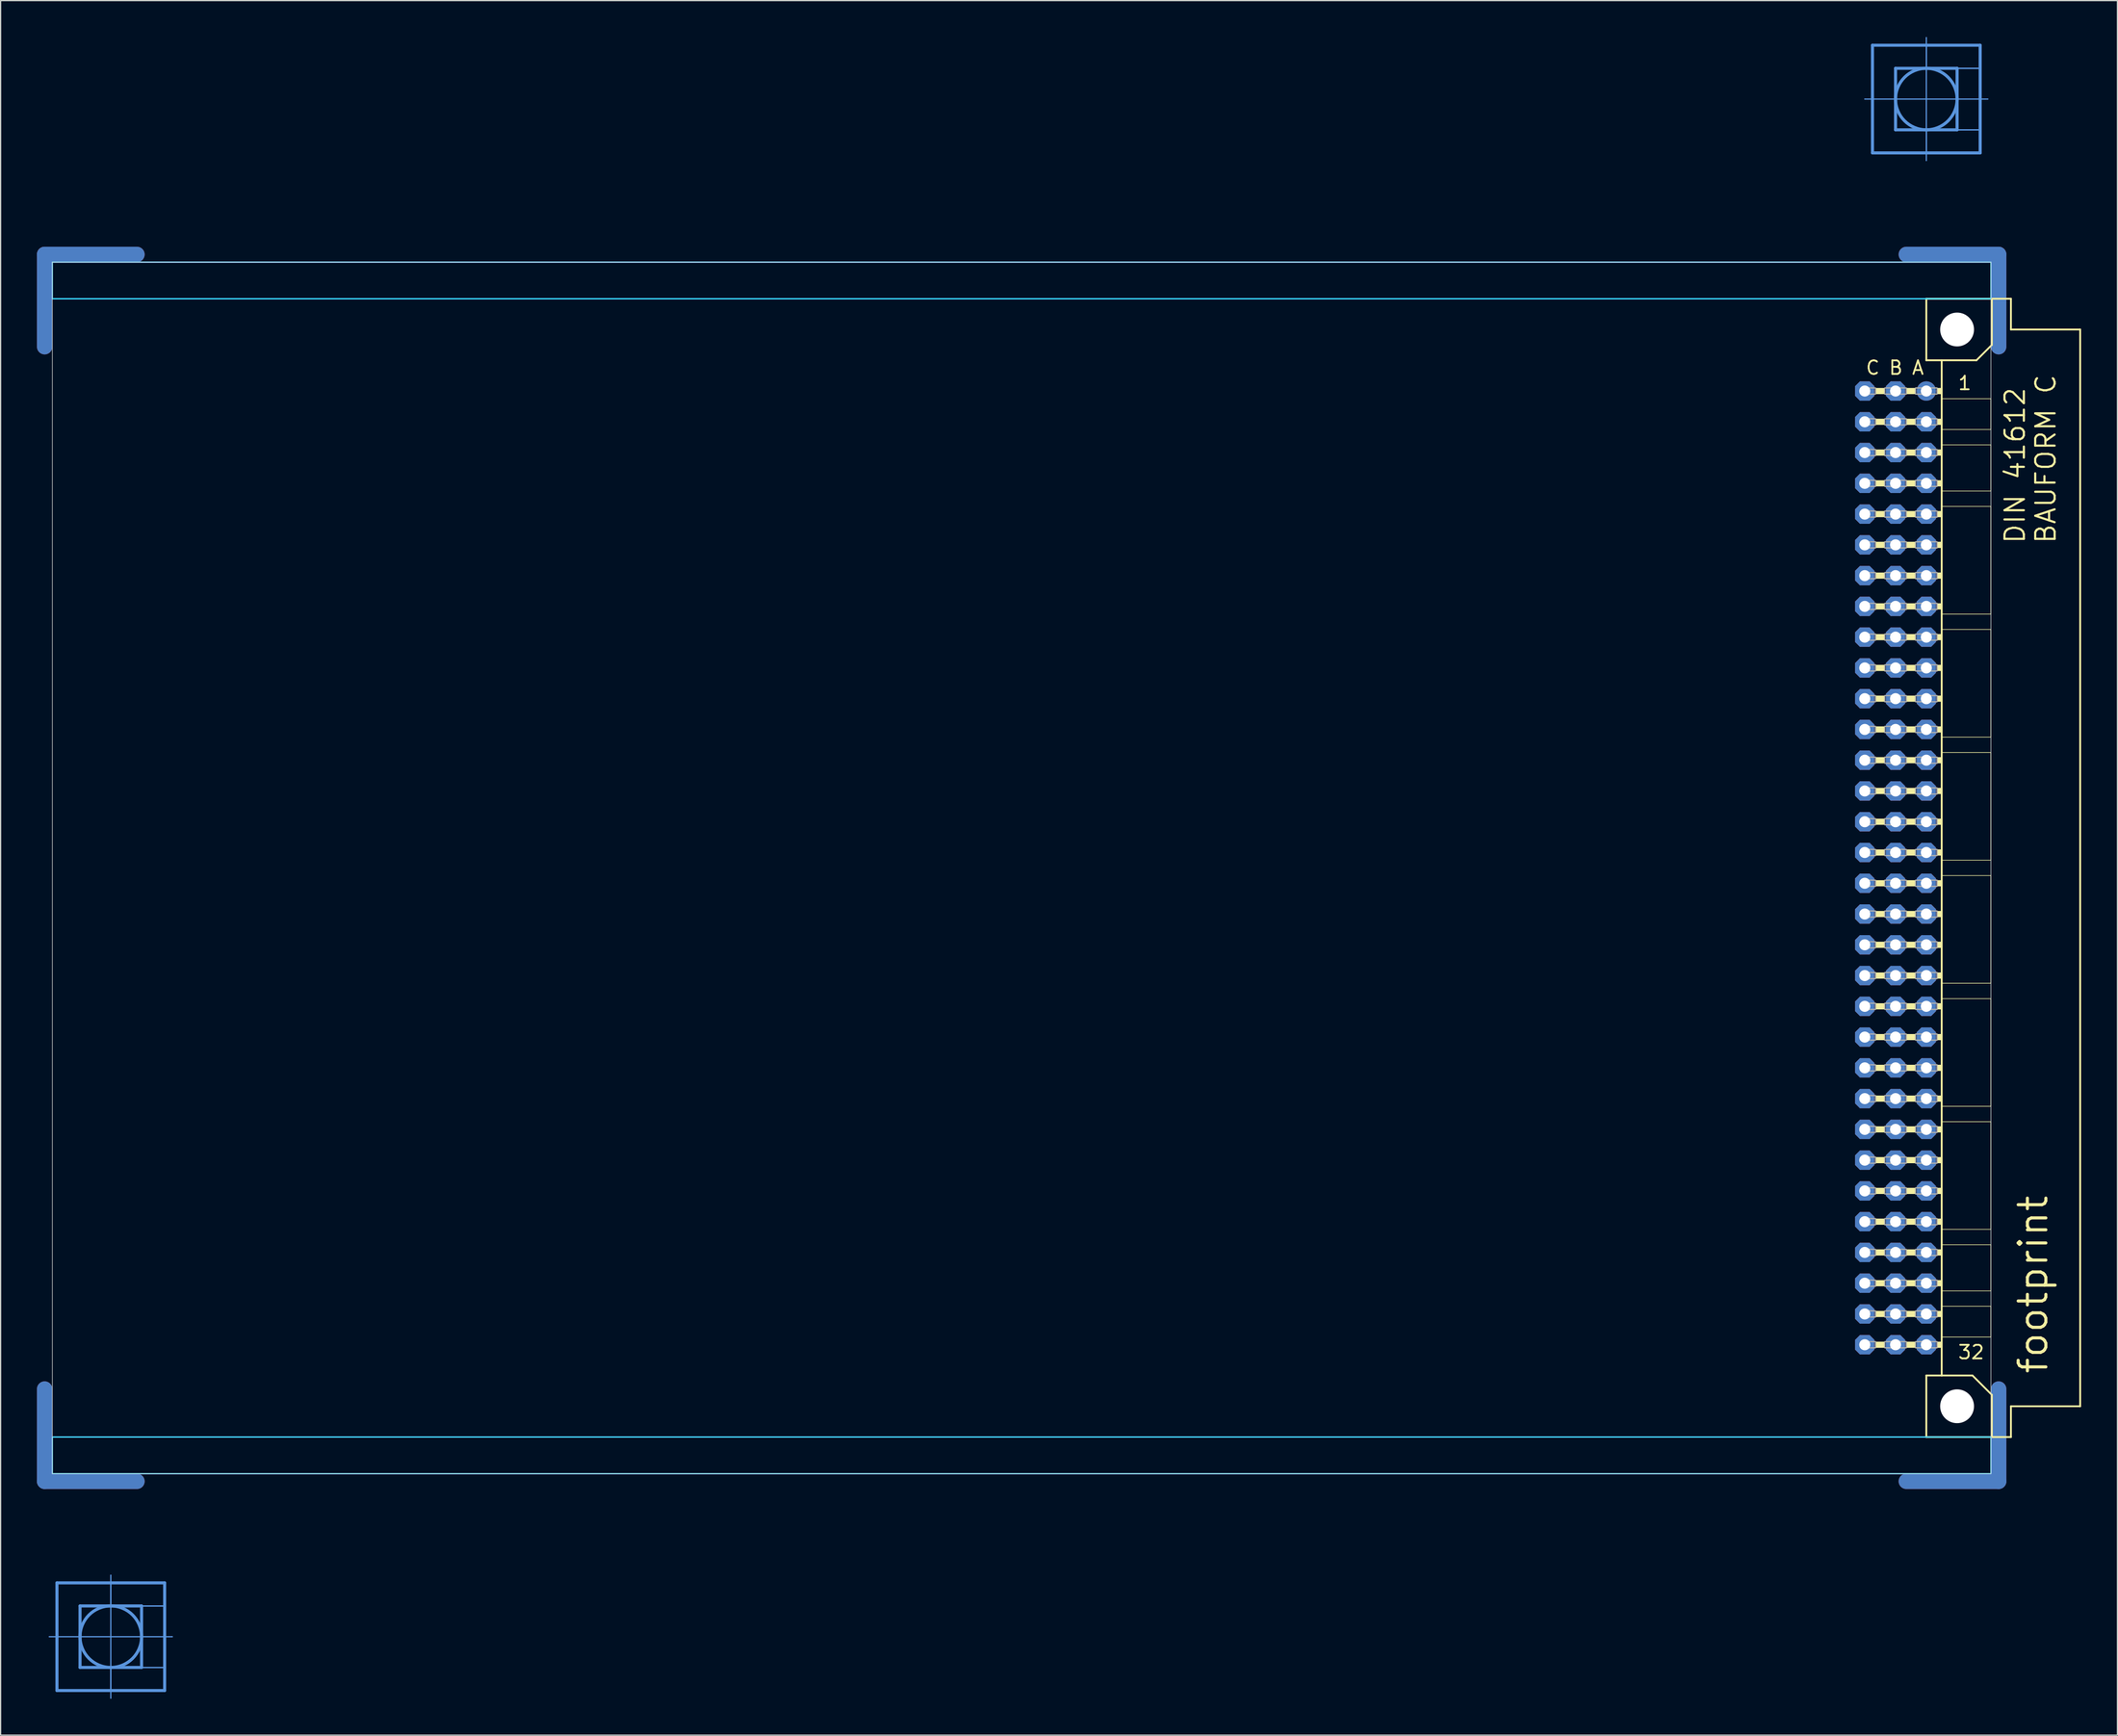
<source format=kicad_pcb>
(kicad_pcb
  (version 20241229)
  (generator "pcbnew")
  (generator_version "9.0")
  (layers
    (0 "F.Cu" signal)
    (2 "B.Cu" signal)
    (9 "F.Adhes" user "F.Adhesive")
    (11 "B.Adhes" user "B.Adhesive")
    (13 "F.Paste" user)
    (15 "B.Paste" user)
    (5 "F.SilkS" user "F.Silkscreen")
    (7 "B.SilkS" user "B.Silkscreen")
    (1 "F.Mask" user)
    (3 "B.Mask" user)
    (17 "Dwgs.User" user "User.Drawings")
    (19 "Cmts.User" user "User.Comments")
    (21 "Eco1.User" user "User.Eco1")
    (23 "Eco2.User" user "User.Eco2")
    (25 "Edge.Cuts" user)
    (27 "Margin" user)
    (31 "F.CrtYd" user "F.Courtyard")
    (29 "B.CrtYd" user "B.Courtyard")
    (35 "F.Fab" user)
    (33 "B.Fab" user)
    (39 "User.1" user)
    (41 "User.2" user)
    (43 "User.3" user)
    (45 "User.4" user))
  (footprint "footprint"
    (layer "F.Cu")
    (at 1.016 68.605)
    (property "Reference" "footprint" (at 165.1 41.91 90) (layer "F.SilkS") (effects (font (size 2.286 2.286) (thickness 0.254)) (justify left bottom)))
    (fp_line (start -0.381 -43.028) (end -0.381 -50.648) (stroke (width 1.27) (type solid)) (layer "F.Cu"))
    (fp_line (start -0.381 43.028) (end -0.381 50.648) (stroke (width 1.27) (type solid)) (layer "F.Cu"))
    (fp_line (start 7.239 -50.648) (end -0.381 -50.648) (stroke (width 1.27) (type solid)) (layer "F.Cu"))
    (fp_line (start 7.239 50.648) (end -0.381 50.648) (stroke (width 1.27) (type solid)) (layer "F.Cu"))
    (fp_line (start 153.289 -50.648) (end 160.909 -50.648) (stroke (width 1.27) (type solid)) (layer "F.Cu"))
    (fp_line (start 153.289 50.648) (end 160.909 50.648) (stroke (width 1.27) (type solid)) (layer "F.Cu"))
    (fp_line (start 160.909 -43.028) (end 160.909 -50.648) (stroke (width 1.27) (type solid)) (layer "F.Cu"))
    (fp_line (start 160.909 43.028) (end 160.909 50.648) (stroke (width 1.27) (type solid)) (layer "F.Cu"))
    (fp_line (start 0.254 -42.393) (end 0.254 -50.013) (stroke (width 0.152) (type solid)) (layer "F.Mask"))
    (fp_line (start 0.254 42.393) (end 0.254 50.013) (stroke (width 0.152) (type solid)) (layer "F.Mask"))
    (fp_line (start 7.874 -50.013) (end 0.254 -50.013) (stroke (width 0.152) (type solid)) (layer "F.Mask"))
    (fp_line (start 7.874 50.013) (end 0.254 50.013) (stroke (width 0.152) (type solid)) (layer "F.Mask"))
    (fp_line (start 152.654 -50.013) (end 160.274 -50.013) (stroke (width 0.152) (type solid)) (layer "F.Mask"))
    (fp_line (start 152.654 50.013) (end 160.274 50.013) (stroke (width 0.152) (type solid)) (layer "F.Mask"))
    (fp_line (start 160.274 -42.393) (end 160.274 -50.013) (stroke (width 0.152) (type solid)) (layer "F.Mask"))
    (fp_line (start 160.274 42.393) (end 160.274 50.013) (stroke (width 0.152) (type solid)) (layer "F.Mask"))
    (fp_line (start -0.381 -43.028) (end -0.381 -50.648) (stroke (width 1.27) (type solid)) (layer "B.Cu"))
    (fp_line (start -0.381 43.028) (end -0.381 50.648) (stroke (width 1.27) (type solid)) (layer "B.Cu"))
    (fp_line (start 7.239 -50.648) (end -0.381 -50.648) (stroke (width 1.27) (type solid)) (layer "B.Cu"))
    (fp_line (start 7.239 50.648) (end -0.381 50.648) (stroke (width 1.27) (type solid)) (layer "B.Cu"))
    (fp_line (start 153.289 -50.648) (end 160.909 -50.648) (stroke (width 1.27) (type solid)) (layer "B.Cu"))
    (fp_line (start 153.289 50.648) (end 160.909 50.648) (stroke (width 1.27) (type solid)) (layer "B.Cu"))
    (fp_line (start 160.909 -43.028) (end 160.909 -50.648) (stroke (width 1.27) (type solid)) (layer "B.Cu"))
    (fp_line (start 160.909 43.028) (end 160.909 50.648) (stroke (width 1.27) (type solid)) (layer "B.Cu"))
    (fp_line (start 0.254 -50.013) (end 7.874 -50.013) (stroke (width 0.152) (type solid)) (layer "B.Mask"))
    (fp_line (start 0.254 -42.393) (end 0.254 -50.013) (stroke (width 0.152) (type solid)) (layer "B.Mask"))
    (fp_line (start 0.254 50.013) (end 0.254 42.393) (stroke (width 0.152) (type solid)) (layer "B.Mask"))
    (fp_line (start 7.874 50.013) (end 0.254 50.013) (stroke (width 0.152) (type solid)) (layer "B.Mask"))
    (fp_line (start 152.654 -50.013) (end 160.274 -50.013) (stroke (width 0.152) (type solid)) (layer "B.Mask"))
    (fp_line (start 160.274 -50.013) (end 160.274 -42.393) (stroke (width 0.152) (type solid)) (layer "B.Mask"))
    (fp_line (start 160.274 42.393) (end 160.274 50.013) (stroke (width 0.152) (type solid)) (layer "B.Mask"))
    (fp_line (start 160.274 50.013) (end 152.654 50.013) (stroke (width 0.152) (type solid)) (layer "B.Mask"))
    (fp_line (start 154.94 -46.99) (end 154.94 -41.91) (stroke (width 0.152) (type solid)) (layer "F.SilkS"))
    (fp_line (start 154.94 -41.91) (end 156.21 -41.91) (stroke (width 0.152) (type solid)) (layer "F.SilkS"))
    (fp_line (start 154.94 41.91) (end 154.94 46.99) (stroke (width 0.152) (type solid)) (layer "F.SilkS"))
    (fp_line (start 154.94 41.91) (end 156.21 41.91) (stroke (width 0.152) (type solid)) (layer "F.SilkS"))
    (fp_line (start 154.94 46.99) (end 160.35 46.99) (stroke (width 0.152) (type solid)) (layer "F.SilkS"))
    (fp_line (start 156.21 -41.91) (end 156.21 -38.735) (stroke (width 0.152) (type solid)) (layer "F.SilkS"))
    (fp_line (start 156.21 -41.91) (end 159.08 -41.91) (stroke (width 0.152) (type solid)) (layer "F.SilkS"))
    (fp_line (start 156.21 -38.735) (end 156.21 -36.195) (stroke (width 0.152) (type solid)) (layer "F.SilkS"))
    (fp_line (start 156.21 -36.195) (end 156.21 -34.925) (stroke (width 0.152) (type solid)) (layer "F.SilkS"))
    (fp_line (start 156.21 -34.925) (end 156.21 -31.115) (stroke (width 0.152) (type solid)) (layer "F.SilkS"))
    (fp_line (start 156.21 -31.115) (end 156.21 -29.845) (stroke (width 0.152) (type solid)) (layer "F.SilkS"))
    (fp_line (start 156.21 -29.845) (end 156.21 -20.955) (stroke (width 0.152) (type solid)) (layer "F.SilkS"))
    (fp_line (start 156.21 -20.955) (end 156.21 -19.685) (stroke (width 0.152) (type solid)) (layer "F.SilkS"))
    (fp_line (start 156.21 -19.685) (end 156.21 -10.795) (stroke (width 0.152) (type solid)) (layer "F.SilkS"))
    (fp_line (start 156.21 -10.795) (end 156.21 -9.525) (stroke (width 0.152) (type solid)) (layer "F.SilkS"))
    (fp_line (start 156.21 -9.525) (end 156.21 -0.635) (stroke (width 0.152) (type solid)) (layer "F.SilkS"))
    (fp_line (start 156.21 -0.635) (end 156.21 0.635) (stroke (width 0.152) (type solid)) (layer "F.SilkS"))
    (fp_line (start 156.21 0.635) (end 156.21 9.525) (stroke (width 0.152) (type solid)) (layer "F.SilkS"))
    (fp_line (start 156.21 9.525) (end 156.21 10.795) (stroke (width 0.152) (type solid)) (layer "F.SilkS"))
    (fp_line (start 156.21 10.795) (end 156.21 19.685) (stroke (width 0.152) (type solid)) (layer "F.SilkS"))
    (fp_line (start 156.21 19.685) (end 156.21 20.955) (stroke (width 0.152) (type solid)) (layer "F.SilkS"))
    (fp_line (start 156.21 20.955) (end 156.21 29.845) (stroke (width 0.152) (type solid)) (layer "F.SilkS"))
    (fp_line (start 156.21 29.845) (end 156.21 31.115) (stroke (width 0.152) (type solid)) (layer "F.SilkS"))
    (fp_line (start 156.21 31.115) (end 156.21 34.925) (stroke (width 0.152) (type solid)) (layer "F.SilkS"))
    (fp_line (start 156.21 34.925) (end 156.21 36.195) (stroke (width 0.152) (type solid)) (layer "F.SilkS"))
    (fp_line (start 156.21 36.195) (end 156.21 38.735) (stroke (width 0.152) (type solid)) (layer "F.SilkS"))
    (fp_line (start 156.21 38.735) (end 156.21 41.91) (stroke (width 0.152) (type solid)) (layer "F.SilkS"))
    (fp_line (start 156.21 41.91) (end 158.75 41.91) (stroke (width 0.152) (type solid)) (layer "F.SilkS"))
    (fp_line (start 159.08 -41.91) (end 160.35 -43.18) (stroke (width 0.152) (type solid)) (layer "F.SilkS"))
    (fp_line (start 160.274 -38.735) (end 156.21 -38.735) (stroke (width 0.051) (type solid)) (layer "F.SilkS"))
    (fp_line (start 160.274 -38.735) (end 160.274 -36.195) (stroke (width 0.051) (type solid)) (layer "F.SilkS"))
    (fp_line (start 160.274 -36.195) (end 156.21 -36.195) (stroke (width 0.051) (type solid)) (layer "F.SilkS"))
    (fp_line (start 160.274 -34.925) (end 156.21 -34.925) (stroke (width 0.051) (type solid)) (layer "F.SilkS"))
    (fp_line (start 160.274 -34.925) (end 160.274 -31.115) (stroke (width 0.051) (type solid)) (layer "F.SilkS"))
    (fp_line (start 160.274 -31.115) (end 156.21 -31.115) (stroke (width 0.051) (type solid)) (layer "F.SilkS"))
    (fp_line (start 160.274 -29.845) (end 156.21 -29.845) (stroke (width 0.051) (type solid)) (layer "F.SilkS"))
    (fp_line (start 160.274 -29.845) (end 160.274 -20.955) (stroke (width 0.051) (type solid)) (layer "F.SilkS"))
    (fp_line (start 160.274 -20.955) (end 156.21 -20.955) (stroke (width 0.051) (type solid)) (layer "F.SilkS"))
    (fp_line (start 160.274 -19.685) (end 156.21 -19.685) (stroke (width 0.051) (type solid)) (layer "F.SilkS"))
    (fp_line (start 160.274 -19.685) (end 160.274 -10.795) (stroke (width 0.051) (type solid)) (layer "F.SilkS"))
    (fp_line (start 160.274 -10.795) (end 156.21 -10.795) (stroke (width 0.051) (type solid)) (layer "F.SilkS"))
    (fp_line (start 160.274 -9.525) (end 156.21 -9.525) (stroke (width 0.051) (type solid)) (layer "F.SilkS"))
    (fp_line (start 160.274 -9.525) (end 160.274 -0.635) (stroke (width 0.051) (type solid)) (layer "F.SilkS"))
    (fp_line (start 160.274 -0.635) (end 156.21 -0.635) (stroke (width 0.051) (type solid)) (layer "F.SilkS"))
    (fp_line (start 160.274 0.635) (end 156.21 0.635) (stroke (width 0.051) (type solid)) (layer "F.SilkS"))
    (fp_line (start 160.274 0.635) (end 160.274 9.525) (stroke (width 0.051) (type solid)) (layer "F.SilkS"))
    (fp_line (start 160.274 9.525) (end 156.21 9.525) (stroke (width 0.051) (type solid)) (layer "F.SilkS"))
    (fp_line (start 160.274 10.795) (end 156.21 10.795) (stroke (width 0.051) (type solid)) (layer "F.SilkS"))
    (fp_line (start 160.274 10.795) (end 160.274 19.685) (stroke (width 0.051) (type solid)) (layer "F.SilkS"))
    (fp_line (start 160.274 19.685) (end 156.21 19.685) (stroke (width 0.051) (type solid)) (layer "F.SilkS"))
    (fp_line (start 160.274 20.955) (end 156.21 20.955) (stroke (width 0.051) (type solid)) (layer "F.SilkS"))
    (fp_line (start 160.274 20.955) (end 160.274 29.845) (stroke (width 0.051) (type solid)) (layer "F.SilkS"))
    (fp_line (start 160.274 29.845) (end 156.21 29.845) (stroke (width 0.051) (type solid)) (layer "F.SilkS"))
    (fp_line (start 160.274 31.115) (end 156.21 31.115) (stroke (width 0.051) (type solid)) (layer "F.SilkS"))
    (fp_line (start 160.274 31.115) (end 160.274 34.925) (stroke (width 0.051) (type solid)) (layer "F.SilkS"))
    (fp_line (start 160.274 34.925) (end 156.21 34.925) (stroke (width 0.051) (type solid)) (layer "F.SilkS"))
    (fp_line (start 160.274 36.195) (end 156.21 36.195) (stroke (width 0.051) (type solid)) (layer "F.SilkS"))
    (fp_line (start 160.274 36.195) (end 160.274 38.735) (stroke (width 0.051) (type solid)) (layer "F.SilkS"))
    (fp_line (start 160.274 38.735) (end 156.21 38.735) (stroke (width 0.051) (type solid)) (layer "F.SilkS"))
    (fp_line (start 160.35 -46.99) (end 154.94 -46.99) (stroke (width 0.152) (type solid)) (layer "F.SilkS"))
    (fp_line (start 160.35 -43.18) (end 160.35 -46.99) (stroke (width 0.152) (type solid)) (layer "F.SilkS"))
    (fp_line (start 160.35 43.51) (end 158.75 41.91) (stroke (width 0.152) (type solid)) (layer "F.SilkS"))
    (fp_line (start 160.35 43.51) (end 160.35 46.99) (stroke (width 0.152) (type solid)) (layer "F.SilkS"))
    (fp_line (start 160.35 46.99) (end 161.925 46.99) (stroke (width 0.152) (type solid)) (layer "F.SilkS"))
    (fp_line (start 161.925 -46.99) (end 160.35 -46.99) (stroke (width 0.152) (type solid)) (layer "F.SilkS"))
    (fp_line (start 161.925 -44.45) (end 161.925 -46.99) (stroke (width 0.152) (type solid)) (layer "F.SilkS"))
    (fp_line (start 161.925 44.45) (end 167.64 44.45) (stroke (width 0.152) (type solid)) (layer "F.SilkS"))
    (fp_line (start 161.925 46.99) (end 161.925 44.45) (stroke (width 0.152) (type solid)) (layer "F.SilkS"))
    (fp_line (start 167.64 -44.45) (end 161.925 -44.45) (stroke (width 0.152) (type solid)) (layer "F.SilkS"))
    (fp_line (start 167.64 44.45) (end 167.64 -44.45) (stroke (width 0.152) (type solid)) (layer "F.SilkS"))
    (fp_circle (center 157.48 -44.45) (end 158.75 -44.45) (stroke (width 0.152) (type solid)) (fill no) (layer "F.SilkS"))
    (fp_circle (center 157.48 44.45) (end 158.75 44.45) (stroke (width 0.152) (type solid)) (fill no) (layer "F.SilkS"))
    (fp_poly (pts (xy 150.749 -39.116) (xy 151.511 -39.116) (xy 151.511 -39.624) (xy 150.749 -39.624)) (stroke (width 0) (type solid)) (fill yes) (layer "F.SilkS"))
    (fp_poly (pts (xy 150.749 -36.576) (xy 151.511 -36.576) (xy 151.511 -37.084) (xy 150.749 -37.084)) (stroke (width 0) (type solid)) (fill yes) (layer "F.SilkS"))
    (fp_poly (pts (xy 150.749 -34.036) (xy 151.511 -34.036) (xy 151.511 -34.544) (xy 150.749 -34.544)) (stroke (width 0) (type solid)) (fill yes) (layer "F.SilkS"))
    (fp_poly (pts (xy 150.749 -31.496) (xy 151.511 -31.496) (xy 151.511 -32.004) (xy 150.749 -32.004)) (stroke (width 0) (type solid)) (fill yes) (layer "F.SilkS"))
    (fp_poly (pts (xy 150.749 -28.956) (xy 151.511 -28.956) (xy 151.511 -29.464) (xy 150.749 -29.464)) (stroke (width 0) (type solid)) (fill yes) (layer "F.SilkS"))
    (fp_poly (pts (xy 150.749 -26.416) (xy 151.511 -26.416) (xy 151.511 -26.924) (xy 150.749 -26.924)) (stroke (width 0) (type solid)) (fill yes) (layer "F.SilkS"))
    (fp_poly (pts (xy 150.749 -23.876) (xy 151.511 -23.876) (xy 151.511 -24.384) (xy 150.749 -24.384)) (stroke (width 0) (type solid)) (fill yes) (layer "F.SilkS"))
    (fp_poly (pts (xy 150.749 -21.336) (xy 151.511 -21.336) (xy 151.511 -21.844) (xy 150.749 -21.844)) (stroke (width 0) (type solid)) (fill yes) (layer "F.SilkS"))
    (fp_poly (pts (xy 150.749 -18.796) (xy 151.511 -18.796) (xy 151.511 -19.304) (xy 150.749 -19.304)) (stroke (width 0) (type solid)) (fill yes) (layer "F.SilkS"))
    (fp_poly (pts (xy 150.749 -16.256) (xy 151.511 -16.256) (xy 151.511 -16.764) (xy 150.749 -16.764)) (stroke (width 0) (type solid)) (fill yes) (layer "F.SilkS"))
    (fp_poly (pts (xy 150.749 -13.716) (xy 151.511 -13.716) (xy 151.511 -14.224) (xy 150.749 -14.224)) (stroke (width 0) (type solid)) (fill yes) (layer "F.SilkS"))
    (fp_poly (pts (xy 150.749 -11.176) (xy 151.511 -11.176) (xy 151.511 -11.684) (xy 150.749 -11.684)) (stroke (width 0) (type solid)) (fill yes) (layer "F.SilkS"))
    (fp_poly (pts (xy 150.749 -8.636) (xy 151.511 -8.636) (xy 151.511 -9.144) (xy 150.749 -9.144)) (stroke (width 0) (type solid)) (fill yes) (layer "F.SilkS"))
    (fp_poly (pts (xy 150.749 -6.096) (xy 151.511 -6.096) (xy 151.511 -6.604) (xy 150.749 -6.604)) (stroke (width 0) (type solid)) (fill yes) (layer "F.SilkS"))
    (fp_poly (pts (xy 150.749 -3.556) (xy 151.511 -3.556) (xy 151.511 -4.064) (xy 150.749 -4.064)) (stroke (width 0) (type solid)) (fill yes) (layer "F.SilkS"))
    (fp_poly (pts (xy 150.749 -1.016) (xy 151.511 -1.016) (xy 151.511 -1.524) (xy 150.749 -1.524)) (stroke (width 0) (type solid)) (fill yes) (layer "F.SilkS"))
    (fp_poly (pts (xy 150.749 1.524) (xy 151.511 1.524) (xy 151.511 1.016) (xy 150.749 1.016)) (stroke (width 0) (type solid)) (fill yes) (layer "F.SilkS"))
    (fp_poly (pts (xy 150.749 4.064) (xy 151.511 4.064) (xy 151.511 3.556) (xy 150.749 3.556)) (stroke (width 0) (type solid)) (fill yes) (layer "F.SilkS"))
    (fp_poly (pts (xy 150.749 6.604) (xy 151.511 6.604) (xy 151.511 6.096) (xy 150.749 6.096)) (stroke (width 0) (type solid)) (fill yes) (layer "F.SilkS"))
    (fp_poly (pts (xy 150.749 9.144) (xy 151.511 9.144) (xy 151.511 8.636) (xy 150.749 8.636)) (stroke (width 0) (type solid)) (fill yes) (layer "F.SilkS"))
    (fp_poly (pts (xy 150.749 11.684) (xy 151.511 11.684) (xy 151.511 11.176) (xy 150.749 11.176)) (stroke (width 0) (type solid)) (fill yes) (layer "F.SilkS"))
    (fp_poly (pts (xy 150.749 14.224) (xy 151.511 14.224) (xy 151.511 13.716) (xy 150.749 13.716)) (stroke (width 0) (type solid)) (fill yes) (layer "F.SilkS"))
    (fp_poly (pts (xy 150.749 16.764) (xy 151.511 16.764) (xy 151.511 16.256) (xy 150.749 16.256)) (stroke (width 0) (type solid)) (fill yes) (layer "F.SilkS"))
    (fp_poly (pts (xy 150.749 19.304) (xy 151.511 19.304) (xy 151.511 18.796) (xy 150.749 18.796)) (stroke (width 0) (type solid)) (fill yes) (layer "F.SilkS"))
    (fp_poly (pts (xy 150.749 21.844) (xy 151.511 21.844) (xy 151.511 21.336) (xy 150.749 21.336)) (stroke (width 0) (type solid)) (fill yes) (layer "F.SilkS"))
    (fp_poly (pts (xy 150.749 24.384) (xy 151.511 24.384) (xy 151.511 23.876) (xy 150.749 23.876)) (stroke (width 0) (type solid)) (fill yes) (layer "F.SilkS"))
    (fp_poly (pts (xy 150.749 26.924) (xy 151.511 26.924) (xy 151.511 26.416) (xy 150.749 26.416)) (stroke (width 0) (type solid)) (fill yes) (layer "F.SilkS"))
    (fp_poly (pts (xy 150.749 29.464) (xy 151.511 29.464) (xy 151.511 28.956) (xy 150.749 28.956)) (stroke (width 0) (type solid)) (fill yes) (layer "F.SilkS"))
    (fp_poly (pts (xy 150.749 32.004) (xy 151.511 32.004) (xy 151.511 31.496) (xy 150.749 31.496)) (stroke (width 0) (type solid)) (fill yes) (layer "F.SilkS"))
    (fp_poly (pts (xy 150.749 34.544) (xy 151.511 34.544) (xy 151.511 34.036) (xy 150.749 34.036)) (stroke (width 0) (type solid)) (fill yes) (layer "F.SilkS"))
    (fp_poly (pts (xy 150.749 37.084) (xy 151.511 37.084) (xy 151.511 36.576) (xy 150.749 36.576)) (stroke (width 0) (type solid)) (fill yes) (layer "F.SilkS"))
    (fp_poly (pts (xy 150.749 39.624) (xy 151.511 39.624) (xy 151.511 39.116) (xy 150.749 39.116)) (stroke (width 0) (type solid)) (fill yes) (layer "F.SilkS"))
    (fp_poly (pts (xy 153.289 -39.116) (xy 154.051 -39.116) (xy 154.051 -39.624) (xy 153.289 -39.624)) (stroke (width 0) (type solid)) (fill yes) (layer "F.SilkS"))
    (fp_poly (pts (xy 153.289 -36.576) (xy 154.051 -36.576) (xy 154.051 -37.084) (xy 153.289 -37.084)) (stroke (width 0) (type solid)) (fill yes) (layer "F.SilkS"))
    (fp_poly (pts (xy 153.289 -34.036) (xy 154.051 -34.036) (xy 154.051 -34.544) (xy 153.289 -34.544)) (stroke (width 0) (type solid)) (fill yes) (layer "F.SilkS"))
    (fp_poly (pts (xy 153.289 -31.496) (xy 154.051 -31.496) (xy 154.051 -32.004) (xy 153.289 -32.004)) (stroke (width 0) (type solid)) (fill yes) (layer "F.SilkS"))
    (fp_poly (pts (xy 153.289 -28.956) (xy 154.051 -28.956) (xy 154.051 -29.464) (xy 153.289 -29.464)) (stroke (width 0) (type solid)) (fill yes) (layer "F.SilkS"))
    (fp_poly (pts (xy 153.289 -26.416) (xy 154.051 -26.416) (xy 154.051 -26.924) (xy 153.289 -26.924)) (stroke (width 0) (type solid)) (fill yes) (layer "F.SilkS"))
    (fp_poly (pts (xy 153.289 -23.876) (xy 154.051 -23.876) (xy 154.051 -24.384) (xy 153.289 -24.384)) (stroke (width 0) (type solid)) (fill yes) (layer "F.SilkS"))
    (fp_poly (pts (xy 153.289 -21.336) (xy 154.051 -21.336) (xy 154.051 -21.844) (xy 153.289 -21.844)) (stroke (width 0) (type solid)) (fill yes) (layer "F.SilkS"))
    (fp_poly (pts (xy 153.289 -18.796) (xy 154.051 -18.796) (xy 154.051 -19.304) (xy 153.289 -19.304)) (stroke (width 0) (type solid)) (fill yes) (layer "F.SilkS"))
    (fp_poly (pts (xy 153.289 -16.256) (xy 154.051 -16.256) (xy 154.051 -16.764) (xy 153.289 -16.764)) (stroke (width 0) (type solid)) (fill yes) (layer "F.SilkS"))
    (fp_poly (pts (xy 153.289 -13.716) (xy 154.051 -13.716) (xy 154.051 -14.224) (xy 153.289 -14.224)) (stroke (width 0) (type solid)) (fill yes) (layer "F.SilkS"))
    (fp_poly (pts (xy 153.289 -11.176) (xy 154.051 -11.176) (xy 154.051 -11.684) (xy 153.289 -11.684)) (stroke (width 0) (type solid)) (fill yes) (layer "F.SilkS"))
    (fp_poly (pts (xy 153.289 -8.636) (xy 154.051 -8.636) (xy 154.051 -9.144) (xy 153.289 -9.144)) (stroke (width 0) (type solid)) (fill yes) (layer "F.SilkS"))
    (fp_poly (pts (xy 153.289 -6.096) (xy 154.051 -6.096) (xy 154.051 -6.604) (xy 153.289 -6.604)) (stroke (width 0) (type solid)) (fill yes) (layer "F.SilkS"))
    (fp_poly (pts (xy 153.289 -3.556) (xy 154.051 -3.556) (xy 154.051 -4.064) (xy 153.289 -4.064)) (stroke (width 0) (type solid)) (fill yes) (layer "F.SilkS"))
    (fp_poly (pts (xy 153.289 -1.016) (xy 154.051 -1.016) (xy 154.051 -1.524) (xy 153.289 -1.524)) (stroke (width 0) (type solid)) (fill yes) (layer "F.SilkS"))
    (fp_poly (pts (xy 153.289 1.524) (xy 154.051 1.524) (xy 154.051 1.016) (xy 153.289 1.016)) (stroke (width 0) (type solid)) (fill yes) (layer "F.SilkS"))
    (fp_poly (pts (xy 153.289 4.064) (xy 154.051 4.064) (xy 154.051 3.556) (xy 153.289 3.556)) (stroke (width 0) (type solid)) (fill yes) (layer "F.SilkS"))
    (fp_poly (pts (xy 153.289 6.604) (xy 154.051 6.604) (xy 154.051 6.096) (xy 153.289 6.096)) (stroke (width 0) (type solid)) (fill yes) (layer "F.SilkS"))
    (fp_poly (pts (xy 153.289 9.144) (xy 154.051 9.144) (xy 154.051 8.636) (xy 153.289 8.636)) (stroke (width 0) (type solid)) (fill yes) (layer "F.SilkS"))
    (fp_poly (pts (xy 153.289 11.684) (xy 154.051 11.684) (xy 154.051 11.176) (xy 153.289 11.176)) (stroke (width 0) (type solid)) (fill yes) (layer "F.SilkS"))
    (fp_poly (pts (xy 153.289 14.224) (xy 154.051 14.224) (xy 154.051 13.716) (xy 153.289 13.716)) (stroke (width 0) (type solid)) (fill yes) (layer "F.SilkS"))
    (fp_poly (pts (xy 153.289 16.764) (xy 154.051 16.764) (xy 154.051 16.256) (xy 153.289 16.256)) (stroke (width 0) (type solid)) (fill yes) (layer "F.SilkS"))
    (fp_poly (pts (xy 153.289 19.304) (xy 154.051 19.304) (xy 154.051 18.796) (xy 153.289 18.796)) (stroke (width 0) (type solid)) (fill yes) (layer "F.SilkS"))
    (fp_poly (pts (xy 153.289 21.844) (xy 154.051 21.844) (xy 154.051 21.336) (xy 153.289 21.336)) (stroke (width 0) (type solid)) (fill yes) (layer "F.SilkS"))
    (fp_poly (pts (xy 153.289 24.384) (xy 154.051 24.384) (xy 154.051 23.876) (xy 153.289 23.876)) (stroke (width 0) (type solid)) (fill yes) (layer "F.SilkS"))
    (fp_poly (pts (xy 153.289 26.924) (xy 154.051 26.924) (xy 154.051 26.416) (xy 153.289 26.416)) (stroke (width 0) (type solid)) (fill yes) (layer "F.SilkS"))
    (fp_poly (pts (xy 153.289 29.464) (xy 154.051 29.464) (xy 154.051 28.956) (xy 153.289 28.956)) (stroke (width 0) (type solid)) (fill yes) (layer "F.SilkS"))
    (fp_poly (pts (xy 153.289 32.004) (xy 154.051 32.004) (xy 154.051 31.496) (xy 153.289 31.496)) (stroke (width 0) (type solid)) (fill yes) (layer "F.SilkS"))
    (fp_poly (pts (xy 153.289 34.544) (xy 154.051 34.544) (xy 154.051 34.036) (xy 153.289 34.036)) (stroke (width 0) (type solid)) (fill yes) (layer "F.SilkS"))
    (fp_poly (pts (xy 153.289 37.084) (xy 154.051 37.084) (xy 154.051 36.576) (xy 153.289 36.576)) (stroke (width 0) (type solid)) (fill yes) (layer "F.SilkS"))
    (fp_poly (pts (xy 153.289 39.624) (xy 154.051 39.624) (xy 154.051 39.116) (xy 153.289 39.116)) (stroke (width 0) (type solid)) (fill yes) (layer "F.SilkS"))
    (fp_poly (pts (xy 155.829 -39.116) (xy 156.21 -39.116) (xy 156.21 -39.624) (xy 155.829 -39.624)) (stroke (width 0) (type solid)) (fill yes) (layer "F.SilkS"))
    (fp_poly (pts (xy 155.829 -36.576) (xy 156.21 -36.576) (xy 156.21 -37.084) (xy 155.829 -37.084)) (stroke (width 0) (type solid)) (fill yes) (layer "F.SilkS"))
    (fp_poly (pts (xy 155.829 -34.036) (xy 156.21 -34.036) (xy 156.21 -34.544) (xy 155.829 -34.544)) (stroke (width 0) (type solid)) (fill yes) (layer "F.SilkS"))
    (fp_poly (pts (xy 155.829 -31.496) (xy 156.21 -31.496) (xy 156.21 -32.004) (xy 155.829 -32.004)) (stroke (width 0) (type solid)) (fill yes) (layer "F.SilkS"))
    (fp_poly (pts (xy 155.829 -28.956) (xy 156.21 -28.956) (xy 156.21 -29.464) (xy 155.829 -29.464)) (stroke (width 0) (type solid)) (fill yes) (layer "F.SilkS"))
    (fp_poly (pts (xy 155.829 -26.416) (xy 156.21 -26.416) (xy 156.21 -26.924) (xy 155.829 -26.924)) (stroke (width 0) (type solid)) (fill yes) (layer "F.SilkS"))
    (fp_poly (pts (xy 155.829 -23.876) (xy 156.21 -23.876) (xy 156.21 -24.384) (xy 155.829 -24.384)) (stroke (width 0) (type solid)) (fill yes) (layer "F.SilkS"))
    (fp_poly (pts (xy 155.829 -21.336) (xy 156.21 -21.336) (xy 156.21 -21.844) (xy 155.829 -21.844)) (stroke (width 0) (type solid)) (fill yes) (layer "F.SilkS"))
    (fp_poly (pts (xy 155.829 -18.796) (xy 156.21 -18.796) (xy 156.21 -19.304) (xy 155.829 -19.304)) (stroke (width 0) (type solid)) (fill yes) (layer "F.SilkS"))
    (fp_poly (pts (xy 155.829 -16.256) (xy 156.21 -16.256) (xy 156.21 -16.764) (xy 155.829 -16.764)) (stroke (width 0) (type solid)) (fill yes) (layer "F.SilkS"))
    (fp_poly (pts (xy 155.829 -13.716) (xy 156.21 -13.716) (xy 156.21 -14.224) (xy 155.829 -14.224)) (stroke (width 0) (type solid)) (fill yes) (layer "F.SilkS"))
    (fp_poly (pts (xy 155.829 -11.176) (xy 156.21 -11.176) (xy 156.21 -11.684) (xy 155.829 -11.684)) (stroke (width 0) (type solid)) (fill yes) (layer "F.SilkS"))
    (fp_poly (pts (xy 155.829 -8.636) (xy 156.21 -8.636) (xy 156.21 -9.144) (xy 155.829 -9.144)) (stroke (width 0) (type solid)) (fill yes) (layer "F.SilkS"))
    (fp_poly (pts (xy 155.829 -6.096) (xy 156.21 -6.096) (xy 156.21 -6.604) (xy 155.829 -6.604)) (stroke (width 0) (type solid)) (fill yes) (layer "F.SilkS"))
    (fp_poly (pts (xy 155.829 -3.556) (xy 156.21 -3.556) (xy 156.21 -4.064) (xy 155.829 -4.064)) (stroke (width 0) (type solid)) (fill yes) (layer "F.SilkS"))
    (fp_poly (pts (xy 155.829 -1.016) (xy 156.21 -1.016) (xy 156.21 -1.524) (xy 155.829 -1.524)) (stroke (width 0) (type solid)) (fill yes) (layer "F.SilkS"))
    (fp_poly (pts (xy 155.829 1.524) (xy 156.21 1.524) (xy 156.21 1.016) (xy 155.829 1.016)) (stroke (width 0) (type solid)) (fill yes) (layer "F.SilkS"))
    (fp_poly (pts (xy 155.829 4.064) (xy 156.21 4.064) (xy 156.21 3.556) (xy 155.829 3.556)) (stroke (width 0) (type solid)) (fill yes) (layer "F.SilkS"))
    (fp_poly (pts (xy 155.829 6.604) (xy 156.21 6.604) (xy 156.21 6.096) (xy 155.829 6.096)) (stroke (width 0) (type solid)) (fill yes) (layer "F.SilkS"))
    (fp_poly (pts (xy 155.829 9.144) (xy 156.21 9.144) (xy 156.21 8.636) (xy 155.829 8.636)) (stroke (width 0) (type solid)) (fill yes) (layer "F.SilkS"))
    (fp_poly (pts (xy 155.829 11.684) (xy 156.21 11.684) (xy 156.21 11.176) (xy 155.829 11.176)) (stroke (width 0) (type solid)) (fill yes) (layer "F.SilkS"))
    (fp_poly (pts (xy 155.829 14.224) (xy 156.21 14.224) (xy 156.21 13.716) (xy 155.829 13.716)) (stroke (width 0) (type solid)) (fill yes) (layer "F.SilkS"))
    (fp_poly (pts (xy 155.829 16.764) (xy 156.21 16.764) (xy 156.21 16.256) (xy 155.829 16.256)) (stroke (width 0) (type solid)) (fill yes) (layer "F.SilkS"))
    (fp_poly (pts (xy 155.829 19.304) (xy 156.21 19.304) (xy 156.21 18.796) (xy 155.829 18.796)) (stroke (width 0) (type solid)) (fill yes) (layer "F.SilkS"))
    (fp_poly (pts (xy 155.829 21.844) (xy 156.21 21.844) (xy 156.21 21.336) (xy 155.829 21.336)) (stroke (width 0) (type solid)) (fill yes) (layer "F.SilkS"))
    (fp_poly (pts (xy 155.829 24.384) (xy 156.21 24.384) (xy 156.21 23.876) (xy 155.829 23.876)) (stroke (width 0) (type solid)) (fill yes) (layer "F.SilkS"))
    (fp_poly (pts (xy 155.829 26.924) (xy 156.21 26.924) (xy 156.21 26.416) (xy 155.829 26.416)) (stroke (width 0) (type solid)) (fill yes) (layer "F.SilkS"))
    (fp_poly (pts (xy 155.829 29.464) (xy 156.21 29.464) (xy 156.21 28.956) (xy 155.829 28.956)) (stroke (width 0) (type solid)) (fill yes) (layer "F.SilkS"))
    (fp_poly (pts (xy 155.829 32.004) (xy 156.21 32.004) (xy 156.21 31.496) (xy 155.829 31.496)) (stroke (width 0) (type solid)) (fill yes) (layer "F.SilkS"))
    (fp_poly (pts (xy 155.829 34.544) (xy 156.21 34.544) (xy 156.21 34.036) (xy 155.829 34.036)) (stroke (width 0) (type solid)) (fill yes) (layer "F.SilkS"))
    (fp_poly (pts (xy 155.829 37.084) (xy 156.21 37.084) (xy 156.21 36.576) (xy 155.829 36.576)) (stroke (width 0) (type solid)) (fill yes) (layer "F.SilkS"))
    (fp_poly (pts (xy 155.829 39.624) (xy 156.21 39.624) (xy 156.21 39.116) (xy 155.829 39.116)) (stroke (width 0) (type solid)) (fill yes) (layer "F.SilkS"))
    (fp_line (start 0 63.475) (end 0.635 63.475) (stroke (width 0.102) (type solid)) (layer "Cmts.User"))
    (fp_line (start 0.635 59.03) (end 9.525 59.03) (stroke (width 0.254) (type solid)) (layer "Cmts.User"))
    (fp_line (start 0.635 63.475) (end 0.635 59.03) (stroke (width 0.254) (type solid)) (layer "Cmts.User"))
    (fp_line (start 0.635 63.475) (end 10.16 63.475) (stroke (width 0.102) (type solid)) (layer "Cmts.User"))
    (fp_line (start 0.635 67.92) (end 0.635 63.475) (stroke (width 0.254) (type solid)) (layer "Cmts.User"))
    (fp_line (start 2.54 60.935) (end 2.54 66.015) (stroke (width 0.254) (type solid)) (layer "Cmts.User"))
    (fp_line (start 2.54 66.015) (end 7.62 66.015) (stroke (width 0.254) (type solid)) (layer "Cmts.User"))
    (fp_line (start 5.08 68.555) (end 5.08 58.395) (stroke (width 0.102) (type solid)) (layer "Cmts.User"))
    (fp_line (start 7.62 60.935) (end 2.54 60.935) (stroke (width 0.254) (type solid)) (layer "Cmts.User"))
    (fp_line (start 7.62 66.015) (end 7.62 60.935) (stroke (width 0.254) (type solid)) (layer "Cmts.User"))
    (fp_line (start 9.525 59.03) (end 9.525 67.92) (stroke (width 0.254) (type solid)) (layer "Cmts.User"))
    (fp_line (start 9.525 67.92) (end 0.635 67.92) (stroke (width 0.254) (type solid)) (layer "Cmts.User"))
    (fp_line (start 149.86 -63.475) (end 150.495 -63.475) (stroke (width 0.102) (type solid)) (layer "Cmts.User"))
    (fp_line (start 150.495 -67.92) (end 159.385 -67.92) (stroke (width 0.254) (type solid)) (layer "Cmts.User"))
    (fp_line (start 150.495 -63.475) (end 150.495 -67.92) (stroke (width 0.254) (type solid)) (layer "Cmts.User"))
    (fp_line (start 150.495 -63.475) (end 160.02 -63.475) (stroke (width 0.102) (type solid)) (layer "Cmts.User"))
    (fp_line (start 150.495 -59.03) (end 150.495 -63.475) (stroke (width 0.254) (type solid)) (layer "Cmts.User"))
    (fp_line (start 152.4 -66.015) (end 152.4 -60.935) (stroke (width 0.254) (type solid)) (layer "Cmts.User"))
    (fp_line (start 152.4 -60.935) (end 157.48 -60.935) (stroke (width 0.254) (type solid)) (layer "Cmts.User"))
    (fp_line (start 154.94 -58.395) (end 154.94 -68.555) (stroke (width 0.102) (type solid)) (layer "Cmts.User"))
    (fp_line (start 157.48 -66.015) (end 152.4 -66.015) (stroke (width 0.254) (type solid)) (layer "Cmts.User"))
    (fp_line (start 157.48 -60.935) (end 157.48 -66.015) (stroke (width 0.254) (type solid)) (layer "Cmts.User"))
    (fp_line (start 159.385 -67.92) (end 159.385 -59.03) (stroke (width 0.254) (type solid)) (layer "Cmts.User"))
    (fp_line (start 159.385 -59.03) (end 150.495 -59.03) (stroke (width 0.254) (type solid)) (layer "Cmts.User"))
    (fp_circle (center 5.08 63.475) (end 7.62 63.475) (stroke (width 0.254) (type solid)) (fill no) (layer "Cmts.User"))
    (fp_circle (center 154.94 -63.475) (end 157.48 -63.475) (stroke (width 0.254) (type solid)) (fill no) (layer "Cmts.User"))
    (fp_poly (pts (xy 5.08 60.935) (xy 9.525 60.935) (xy 9.525 59.03) (xy 5.08 59.03)) (stroke (width 0.1) (type solid)) (fill no) (layer "Cmts.User"))
    (fp_poly (pts (xy 5.08 67.92) (xy 9.525 67.92) (xy 9.525 66.015) (xy 5.08 66.015)) (stroke (width 0.1) (type solid)) (fill no) (layer "Cmts.User"))
    (fp_poly (pts (xy 7.62 66.015) (xy 9.525 66.015) (xy 9.525 60.935) (xy 7.62 60.935)) (stroke (width 0.1) (type solid)) (fill no) (layer "Cmts.User"))
    (fp_poly (pts (xy 154.94 -66.015) (xy 159.385 -66.015) (xy 159.385 -67.92) (xy 154.94 -67.92)) (stroke (width 0.1) (type solid)) (fill no) (layer "Cmts.User"))
    (fp_poly (pts (xy 154.94 -59.03) (xy 159.385 -59.03) (xy 159.385 -60.935) (xy 154.94 -60.935)) (stroke (width 0.1) (type solid)) (fill no) (layer "Cmts.User"))
    (fp_poly (pts (xy 157.48 -60.935) (xy 159.385 -60.935) (xy 159.385 -66.015) (xy 157.48 -66.015)) (stroke (width 0.1) (type solid)) (fill no) (layer "Cmts.User"))
    (fp_line (start 0.254 -50.013) (end 0.254 50.013) (stroke (width 0.05) (type solid)) (layer "Edge.Cuts"))
    (fp_line (start 0.254 50.013) (end 160.274 50.013) (stroke (width 0.05) (type solid)) (layer "Edge.Cuts"))
    (fp_line (start 160.274 -50.013) (end 0.254 -50.013) (stroke (width 0.05) (type solid)) (layer "Edge.Cuts"))
    (fp_line (start 160.274 50.013) (end 160.274 -50.013) (stroke (width 0.05) (type solid)) (layer "Edge.Cuts"))
    (fp_line (start 160.274 -50.013) (end 160.274 -46.99) (stroke (width 0.051) (type solid)) (layer "B.CrtYd"))
    (fp_line (start 160.274 50.013) (end 160.274 46.99) (stroke (width 0.051) (type solid)) (layer "B.CrtYd"))
    (fp_poly (pts (xy 0.254 -46.99) (xy 160.274 -46.99) (xy 160.274 -50.013) (xy 0.254 -50.013)) (stroke (width 0.1) (type solid)) (fill no) (layer "B.CrtYd"))
    (fp_poly (pts (xy 0.254 50.013) (xy 160.274 50.013) (xy 160.274 46.99) (xy 0.254 46.99)) (stroke (width 0.1) (type solid)) (fill no) (layer "B.CrtYd"))
    (fp_line (start 160.274 -50.013) (end 160.274 -46.99) (stroke (width 0.051) (type solid)) (layer "F.CrtYd"))
    (fp_line (start 160.274 50.013) (end 160.274 46.99) (stroke (width 0.051) (type solid)) (layer "F.CrtYd"))
    (fp_poly (pts (xy 0.254 -46.99) (xy 160.274 -46.99) (xy 160.274 -50.013) (xy 0.254 -50.013)) (stroke (width 0.1) (type solid)) (fill no) (layer "F.CrtYd"))
    (fp_poly (pts (xy 0.254 50.013) (xy 160.274 50.013) (xy 160.274 46.99) (xy 0.254 46.99)) (stroke (width 0.1) (type solid)) (fill no) (layer "F.CrtYd"))
    (fp_poly (pts (xy 149.606 -39.116) (xy 150.749 -39.116) (xy 150.749 -39.624) (xy 149.606 -39.624)) (stroke (width 0.1) (type solid)) (fill no) (layer "F.Fab"))
    (fp_poly (pts (xy 149.606 -36.576) (xy 150.749 -36.576) (xy 150.749 -37.084) (xy 149.606 -37.084)) (stroke (width 0.1) (type solid)) (fill no) (layer "F.Fab"))
    (fp_poly (pts (xy 149.606 -34.036) (xy 150.749 -34.036) (xy 150.749 -34.544) (xy 149.606 -34.544)) (stroke (width 0.1) (type solid)) (fill no) (layer "F.Fab"))
    (fp_poly (pts (xy 149.606 -31.496) (xy 150.749 -31.496) (xy 150.749 -32.004) (xy 149.606 -32.004)) (stroke (width 0.1) (type solid)) (fill no) (layer "F.Fab"))
    (fp_poly (pts (xy 149.606 -28.956) (xy 150.749 -28.956) (xy 150.749 -29.464) (xy 149.606 -29.464)) (stroke (width 0.1) (type solid)) (fill no) (layer "F.Fab"))
    (fp_poly (pts (xy 149.606 -26.416) (xy 150.749 -26.416) (xy 150.749 -26.924) (xy 149.606 -26.924)) (stroke (width 0.1) (type solid)) (fill no) (layer "F.Fab"))
    (fp_poly (pts (xy 149.606 -23.876) (xy 150.749 -23.876) (xy 150.749 -24.384) (xy 149.606 -24.384)) (stroke (width 0.1) (type solid)) (fill no) (layer "F.Fab"))
    (fp_poly (pts (xy 149.606 -21.336) (xy 150.749 -21.336) (xy 150.749 -21.844) (xy 149.606 -21.844)) (stroke (width 0.1) (type solid)) (fill no) (layer "F.Fab"))
    (fp_poly (pts (xy 149.606 -18.796) (xy 150.749 -18.796) (xy 150.749 -19.304) (xy 149.606 -19.304)) (stroke (width 0.1) (type solid)) (fill no) (layer "F.Fab"))
    (fp_poly (pts (xy 149.606 -16.256) (xy 150.749 -16.256) (xy 150.749 -16.764) (xy 149.606 -16.764)) (stroke (width 0.1) (type solid)) (fill no) (layer "F.Fab"))
    (fp_poly (pts (xy 149.606 -13.716) (xy 150.749 -13.716) (xy 150.749 -14.224) (xy 149.606 -14.224)) (stroke (width 0.1) (type solid)) (fill no) (layer "F.Fab"))
    (fp_poly (pts (xy 149.606 -11.176) (xy 150.749 -11.176) (xy 150.749 -11.684) (xy 149.606 -11.684)) (stroke (width 0.1) (type solid)) (fill no) (layer "F.Fab"))
    (fp_poly (pts (xy 149.606 -8.636) (xy 150.749 -8.636) (xy 150.749 -9.144) (xy 149.606 -9.144)) (stroke (width 0.1) (type solid)) (fill no) (layer "F.Fab"))
    (fp_poly (pts (xy 149.606 -6.096) (xy 150.749 -6.096) (xy 150.749 -6.604) (xy 149.606 -6.604)) (stroke (width 0.1) (type solid)) (fill no) (layer "F.Fab"))
    (fp_poly (pts (xy 149.606 -3.556) (xy 150.749 -3.556) (xy 150.749 -4.064) (xy 149.606 -4.064)) (stroke (width 0.1) (type solid)) (fill no) (layer "F.Fab"))
    (fp_poly (pts (xy 149.606 -1.016) (xy 150.749 -1.016) (xy 150.749 -1.524) (xy 149.606 -1.524)) (stroke (width 0.1) (type solid)) (fill no) (layer "F.Fab"))
    (fp_poly (pts (xy 149.606 1.524) (xy 150.749 1.524) (xy 150.749 1.016) (xy 149.606 1.016)) (stroke (width 0.1) (type solid)) (fill no) (layer "F.Fab"))
    (fp_poly (pts (xy 149.606 4.064) (xy 150.749 4.064) (xy 150.749 3.556) (xy 149.606 3.556)) (stroke (width 0.1) (type solid)) (fill no) (layer "F.Fab"))
    (fp_poly (pts (xy 149.606 6.604) (xy 150.749 6.604) (xy 150.749 6.096) (xy 149.606 6.096)) (stroke (width 0.1) (type solid)) (fill no) (layer "F.Fab"))
    (fp_poly (pts (xy 149.606 9.144) (xy 150.749 9.144) (xy 150.749 8.636) (xy 149.606 8.636)) (stroke (width 0.1) (type solid)) (fill no) (layer "F.Fab"))
    (fp_poly (pts (xy 149.606 11.684) (xy 150.749 11.684) (xy 150.749 11.176) (xy 149.606 11.176)) (stroke (width 0.1) (type solid)) (fill no) (layer "F.Fab"))
    (fp_poly (pts (xy 149.606 14.224) (xy 150.749 14.224) (xy 150.749 13.716) (xy 149.606 13.716)) (stroke (width 0.1) (type solid)) (fill no) (layer "F.Fab"))
    (fp_poly (pts (xy 149.606 16.764) (xy 150.749 16.764) (xy 150.749 16.256) (xy 149.606 16.256)) (stroke (width 0.1) (type solid)) (fill no) (layer "F.Fab"))
    (fp_poly (pts (xy 149.606 19.304) (xy 150.749 19.304) (xy 150.749 18.796) (xy 149.606 18.796)) (stroke (width 0.1) (type solid)) (fill no) (layer "F.Fab"))
    (fp_poly (pts (xy 149.606 21.844) (xy 150.749 21.844) (xy 150.749 21.336) (xy 149.606 21.336)) (stroke (width 0.1) (type solid)) (fill no) (layer "F.Fab"))
    (fp_poly (pts (xy 149.606 24.384) (xy 150.749 24.384) (xy 150.749 23.876) (xy 149.606 23.876)) (stroke (width 0.1) (type solid)) (fill no) (layer "F.Fab"))
    (fp_poly (pts (xy 149.606 26.924) (xy 150.749 26.924) (xy 150.749 26.416) (xy 149.606 26.416)) (stroke (width 0.1) (type solid)) (fill no) (layer "F.Fab"))
    (fp_poly (pts (xy 149.606 29.464) (xy 150.749 29.464) (xy 150.749 28.956) (xy 149.606 28.956)) (stroke (width 0.1) (type solid)) (fill no) (layer "F.Fab"))
    (fp_poly (pts (xy 149.606 32.004) (xy 150.749 32.004) (xy 150.749 31.496) (xy 149.606 31.496)) (stroke (width 0.1) (type solid)) (fill no) (layer "F.Fab"))
    (fp_poly (pts (xy 149.606 34.544) (xy 150.749 34.544) (xy 150.749 34.036) (xy 149.606 34.036)) (stroke (width 0.1) (type solid)) (fill no) (layer "F.Fab"))
    (fp_poly (pts (xy 149.606 37.084) (xy 150.749 37.084) (xy 150.749 36.576) (xy 149.606 36.576)) (stroke (width 0.1) (type solid)) (fill no) (layer "F.Fab"))
    (fp_poly (pts (xy 149.606 39.624) (xy 150.749 39.624) (xy 150.749 39.116) (xy 149.606 39.116)) (stroke (width 0.1) (type solid)) (fill no) (layer "F.Fab"))
    (fp_poly (pts (xy 151.511 -39.116) (xy 153.289 -39.116) (xy 153.289 -39.624) (xy 151.511 -39.624)) (stroke (width 0.1) (type solid)) (fill no) (layer "F.Fab"))
    (fp_poly (pts (xy 151.511 -36.576) (xy 153.289 -36.576) (xy 153.289 -37.084) (xy 151.511 -37.084)) (stroke (width 0.1) (type solid)) (fill no) (layer "F.Fab"))
    (fp_poly (pts (xy 151.511 -34.036) (xy 153.289 -34.036) (xy 153.289 -34.544) (xy 151.511 -34.544)) (stroke (width 0.1) (type solid)) (fill no) (layer "F.Fab"))
    (fp_poly (pts (xy 151.511 -31.496) (xy 153.289 -31.496) (xy 153.289 -32.004) (xy 151.511 -32.004)) (stroke (width 0.1) (type solid)) (fill no) (layer "F.Fab"))
    (fp_poly (pts (xy 151.511 -28.956) (xy 153.289 -28.956) (xy 153.289 -29.464) (xy 151.511 -29.464)) (stroke (width 0.1) (type solid)) (fill no) (layer "F.Fab"))
    (fp_poly (pts (xy 151.511 -26.416) (xy 153.289 -26.416) (xy 153.289 -26.924) (xy 151.511 -26.924)) (stroke (width 0.1) (type solid)) (fill no) (layer "F.Fab"))
    (fp_poly (pts (xy 151.511 -23.876) (xy 153.289 -23.876) (xy 153.289 -24.384) (xy 151.511 -24.384)) (stroke (width 0.1) (type solid)) (fill no) (layer "F.Fab"))
    (fp_poly (pts (xy 151.511 -21.336) (xy 153.289 -21.336) (xy 153.289 -21.844) (xy 151.511 -21.844)) (stroke (width 0.1) (type solid)) (fill no) (layer "F.Fab"))
    (fp_poly (pts (xy 151.511 -18.796) (xy 153.289 -18.796) (xy 153.289 -19.304) (xy 151.511 -19.304)) (stroke (width 0.1) (type solid)) (fill no) (layer "F.Fab"))
    (fp_poly (pts (xy 151.511 -16.256) (xy 153.289 -16.256) (xy 153.289 -16.764) (xy 151.511 -16.764)) (stroke (width 0.1) (type solid)) (fill no) (layer "F.Fab"))
    (fp_poly (pts (xy 151.511 -13.716) (xy 153.289 -13.716) (xy 153.289 -14.224) (xy 151.511 -14.224)) (stroke (width 0.1) (type solid)) (fill no) (layer "F.Fab"))
    (fp_poly (pts (xy 151.511 -11.176) (xy 153.289 -11.176) (xy 153.289 -11.684) (xy 151.511 -11.684)) (stroke (width 0.1) (type solid)) (fill no) (layer "F.Fab"))
    (fp_poly (pts (xy 151.511 -8.636) (xy 153.289 -8.636) (xy 153.289 -9.144) (xy 151.511 -9.144)) (stroke (width 0.1) (type solid)) (fill no) (layer "F.Fab"))
    (fp_poly (pts (xy 151.511 -6.096) (xy 153.289 -6.096) (xy 153.289 -6.604) (xy 151.511 -6.604)) (stroke (width 0.1) (type solid)) (fill no) (layer "F.Fab"))
    (fp_poly (pts (xy 151.511 -3.556) (xy 153.289 -3.556) (xy 153.289 -4.064) (xy 151.511 -4.064)) (stroke (width 0.1) (type solid)) (fill no) (layer "F.Fab"))
    (fp_poly (pts (xy 151.511 -1.016) (xy 153.289 -1.016) (xy 153.289 -1.524) (xy 151.511 -1.524)) (stroke (width 0.1) (type solid)) (fill no) (layer "F.Fab"))
    (fp_poly (pts (xy 151.511 1.524) (xy 153.289 1.524) (xy 153.289 1.016) (xy 151.511 1.016)) (stroke (width 0.1) (type solid)) (fill no) (layer "F.Fab"))
    (fp_poly (pts (xy 151.511 4.064) (xy 153.289 4.064) (xy 153.289 3.556) (xy 151.511 3.556)) (stroke (width 0.1) (type solid)) (fill no) (layer "F.Fab"))
    (fp_poly (pts (xy 151.511 6.604) (xy 153.289 6.604) (xy 153.289 6.096) (xy 151.511 6.096)) (stroke (width 0.1) (type solid)) (fill no) (layer "F.Fab"))
    (fp_poly (pts (xy 151.511 9.144) (xy 153.289 9.144) (xy 153.289 8.636) (xy 151.511 8.636)) (stroke (width 0.1) (type solid)) (fill no) (layer "F.Fab"))
    (fp_poly (pts (xy 151.511 11.684) (xy 153.289 11.684) (xy 153.289 11.176) (xy 151.511 11.176)) (stroke (width 0.1) (type solid)) (fill no) (layer "F.Fab"))
    (fp_poly (pts (xy 151.511 14.224) (xy 153.289 14.224) (xy 153.289 13.716) (xy 151.511 13.716)) (stroke (width 0.1) (type solid)) (fill no) (layer "F.Fab"))
    (fp_poly (pts (xy 151.511 16.764) (xy 153.289 16.764) (xy 153.289 16.256) (xy 151.511 16.256)) (stroke (width 0.1) (type solid)) (fill no) (layer "F.Fab"))
    (fp_poly (pts (xy 151.511 19.304) (xy 153.289 19.304) (xy 153.289 18.796) (xy 151.511 18.796)) (stroke (width 0.1) (type solid)) (fill no) (layer "F.Fab"))
    (fp_poly (pts (xy 151.511 21.844) (xy 153.289 21.844) (xy 153.289 21.336) (xy 151.511 21.336)) (stroke (width 0.1) (type solid)) (fill no) (layer "F.Fab"))
    (fp_poly (pts (xy 151.511 24.384) (xy 153.289 24.384) (xy 153.289 23.876) (xy 151.511 23.876)) (stroke (width 0.1) (type solid)) (fill no) (layer "F.Fab"))
    (fp_poly (pts (xy 151.511 26.924) (xy 153.289 26.924) (xy 153.289 26.416) (xy 151.511 26.416)) (stroke (width 0.1) (type solid)) (fill no) (layer "F.Fab"))
    (fp_poly (pts (xy 151.511 29.464) (xy 153.289 29.464) (xy 153.289 28.956) (xy 151.511 28.956)) (stroke (width 0.1) (type solid)) (fill no) (layer "F.Fab"))
    (fp_poly (pts (xy 151.511 32.004) (xy 153.289 32.004) (xy 153.289 31.496) (xy 151.511 31.496)) (stroke (width 0.1) (type solid)) (fill no) (layer "F.Fab"))
    (fp_poly (pts (xy 151.511 34.544) (xy 153.289 34.544) (xy 153.289 34.036) (xy 151.511 34.036)) (stroke (width 0.1) (type solid)) (fill no) (layer "F.Fab"))
    (fp_poly (pts (xy 151.511 37.084) (xy 153.289 37.084) (xy 153.289 36.576) (xy 151.511 36.576)) (stroke (width 0.1) (type solid)) (fill no) (layer "F.Fab"))
    (fp_poly (pts (xy 151.511 39.624) (xy 153.289 39.624) (xy 153.289 39.116) (xy 151.511 39.116)) (stroke (width 0.1) (type solid)) (fill no) (layer "F.Fab"))
    (fp_poly (pts (xy 154.051 -39.116) (xy 155.829 -39.116) (xy 155.829 -39.624) (xy 154.051 -39.624)) (stroke (width 0.1) (type solid)) (fill no) (layer "F.Fab"))
    (fp_poly (pts (xy 154.051 -36.576) (xy 155.829 -36.576) (xy 155.829 -37.084) (xy 154.051 -37.084)) (stroke (width 0.1) (type solid)) (fill no) (layer "F.Fab"))
    (fp_poly (pts (xy 154.051 -34.036) (xy 155.829 -34.036) (xy 155.829 -34.544) (xy 154.051 -34.544)) (stroke (width 0.1) (type solid)) (fill no) (layer "F.Fab"))
    (fp_poly (pts (xy 154.051 -31.496) (xy 155.829 -31.496) (xy 155.829 -32.004) (xy 154.051 -32.004)) (stroke (width 0.1) (type solid)) (fill no) (layer "F.Fab"))
    (fp_poly (pts (xy 154.051 -28.956) (xy 155.829 -28.956) (xy 155.829 -29.464) (xy 154.051 -29.464)) (stroke (width 0.1) (type solid)) (fill no) (layer "F.Fab"))
    (fp_poly (pts (xy 154.051 -26.416) (xy 155.829 -26.416) (xy 155.829 -26.924) (xy 154.051 -26.924)) (stroke (width 0.1) (type solid)) (fill no) (layer "F.Fab"))
    (fp_poly (pts (xy 154.051 -23.876) (xy 155.829 -23.876) (xy 155.829 -24.384) (xy 154.051 -24.384)) (stroke (width 0.1) (type solid)) (fill no) (layer "F.Fab"))
    (fp_poly (pts (xy 154.051 -21.336) (xy 155.829 -21.336) (xy 155.829 -21.844) (xy 154.051 -21.844)) (stroke (width 0.1) (type solid)) (fill no) (layer "F.Fab"))
    (fp_poly (pts (xy 154.051 -18.796) (xy 155.829 -18.796) (xy 155.829 -19.304) (xy 154.051 -19.304)) (stroke (width 0.1) (type solid)) (fill no) (layer "F.Fab"))
    (fp_poly (pts (xy 154.051 -16.256) (xy 155.829 -16.256) (xy 155.829 -16.764) (xy 154.051 -16.764)) (stroke (width 0.1) (type solid)) (fill no) (layer "F.Fab"))
    (fp_poly (pts (xy 154.051 -13.716) (xy 155.829 -13.716) (xy 155.829 -14.224) (xy 154.051 -14.224)) (stroke (width 0.1) (type solid)) (fill no) (layer "F.Fab"))
    (fp_poly (pts (xy 154.051 -11.176) (xy 155.829 -11.176) (xy 155.829 -11.684) (xy 154.051 -11.684)) (stroke (width 0.1) (type solid)) (fill no) (layer "F.Fab"))
    (fp_poly (pts (xy 154.051 -8.636) (xy 155.829 -8.636) (xy 155.829 -9.144) (xy 154.051 -9.144)) (stroke (width 0.1) (type solid)) (fill no) (layer "F.Fab"))
    (fp_poly (pts (xy 154.051 -6.096) (xy 155.829 -6.096) (xy 155.829 -6.604) (xy 154.051 -6.604)) (stroke (width 0.1) (type solid)) (fill no) (layer "F.Fab"))
    (fp_poly (pts (xy 154.051 -3.556) (xy 155.829 -3.556) (xy 155.829 -4.064) (xy 154.051 -4.064)) (stroke (width 0.1) (type solid)) (fill no) (layer "F.Fab"))
    (fp_poly (pts (xy 154.051 -1.016) (xy 155.829 -1.016) (xy 155.829 -1.524) (xy 154.051 -1.524)) (stroke (width 0.1) (type solid)) (fill no) (layer "F.Fab"))
    (fp_poly (pts (xy 154.051 1.524) (xy 155.829 1.524) (xy 155.829 1.016) (xy 154.051 1.016)) (stroke (width 0.1) (type solid)) (fill no) (layer "F.Fab"))
    (fp_poly (pts (xy 154.051 4.064) (xy 155.829 4.064) (xy 155.829 3.556) (xy 154.051 3.556)) (stroke (width 0.1) (type solid)) (fill no) (layer "F.Fab"))
    (fp_poly (pts (xy 154.051 6.604) (xy 155.829 6.604) (xy 155.829 6.096) (xy 154.051 6.096)) (stroke (width 0.1) (type solid)) (fill no) (layer "F.Fab"))
    (fp_poly (pts (xy 154.051 9.144) (xy 155.829 9.144) (xy 155.829 8.636) (xy 154.051 8.636)) (stroke (width 0.1) (type solid)) (fill no) (layer "F.Fab"))
    (fp_poly (pts (xy 154.051 11.684) (xy 155.829 11.684) (xy 155.829 11.176) (xy 154.051 11.176)) (stroke (width 0.1) (type solid)) (fill no) (layer "F.Fab"))
    (fp_poly (pts (xy 154.051 14.224) (xy 155.829 14.224) (xy 155.829 13.716) (xy 154.051 13.716)) (stroke (width 0.1) (type solid)) (fill no) (layer "F.Fab"))
    (fp_poly (pts (xy 154.051 16.764) (xy 155.829 16.764) (xy 155.829 16.256) (xy 154.051 16.256)) (stroke (width 0.1) (type solid)) (fill no) (layer "F.Fab"))
    (fp_poly (pts (xy 154.051 19.304) (xy 155.829 19.304) (xy 155.829 18.796) (xy 154.051 18.796)) (stroke (width 0.1) (type solid)) (fill no) (layer "F.Fab"))
    (fp_poly (pts (xy 154.051 21.844) (xy 155.829 21.844) (xy 155.829 21.336) (xy 154.051 21.336)) (stroke (width 0.1) (type solid)) (fill no) (layer "F.Fab"))
    (fp_poly (pts (xy 154.051 24.384) (xy 155.829 24.384) (xy 155.829 23.876) (xy 154.051 23.876)) (stroke (width 0.1) (type solid)) (fill no) (layer "F.Fab"))
    (fp_poly (pts (xy 154.051 26.924) (xy 155.829 26.924) (xy 155.829 26.416) (xy 154.051 26.416)) (stroke (width 0.1) (type solid)) (fill no) (layer "F.Fab"))
    (fp_poly (pts (xy 154.051 29.464) (xy 155.829 29.464) (xy 155.829 28.956) (xy 154.051 28.956)) (stroke (width 0.1) (type solid)) (fill no) (layer "F.Fab"))
    (fp_poly (pts (xy 154.051 32.004) (xy 155.829 32.004) (xy 155.829 31.496) (xy 154.051 31.496)) (stroke (width 0.1) (type solid)) (fill no) (layer "F.Fab"))
    (fp_poly (pts (xy 154.051 34.544) (xy 155.829 34.544) (xy 155.829 34.036) (xy 154.051 34.036)) (stroke (width 0.1) (type solid)) (fill no) (layer "F.Fab"))
    (fp_poly (pts (xy 154.051 37.084) (xy 155.829 37.084) (xy 155.829 36.576) (xy 154.051 36.576)) (stroke (width 0.1) (type solid)) (fill no) (layer "F.Fab"))
    (fp_poly (pts (xy 154.051 39.624) (xy 155.829 39.624) (xy 155.829 39.116) (xy 154.051 39.116)) (stroke (width 0.1) (type solid)) (fill no) (layer "F.Fab"))
    (fp_text user "DIN 41612" (at 163.195 -26.67 90) (layer "F.SilkS") (effects (font (size 1.6 1.6) (thickness 0.178)) (justify left bottom)))
    (fp_text user "BAUFORM C" (at 165.735 -26.67 90) (layer "F.SilkS") (effects (font (size 1.6 1.6) (thickness 0.178)) (justify left bottom)))
    (fp_text user "1" (at 157.48 -39.37 0) (layer "F.SilkS") (effects (font (size 1.118 1.118) (thickness 0.152)) (justify left bottom)))
    (fp_text user "32" (at 157.48 40.64 0) (layer "F.SilkS") (effects (font (size 1.118 1.118) (thickness 0.152)) (justify left bottom)))
    (fp_text user "A" (at 153.67 -40.64 0) (layer "F.SilkS") (effects (font (size 1.118 1.118) (thickness 0.152)) (justify left bottom)))
    (fp_text user "C" (at 149.86 -40.64 0) (layer "F.SilkS") (effects (font (size 1.118 1.118) (thickness 0.152)) (justify left bottom)))
    (fp_text user "B" (at 151.765 -40.64 0) (layer "F.SilkS") (effects (font (size 1.118 1.118) (thickness 0.152)) (justify left bottom)))
    (pad "" np_thru_hole circle (at 157.48 -44.45) (size 2.794 2.794) (drill 2.794) (layers "*.Cu" "*.Mask"))
    (pad "" np_thru_hole circle (at 157.48 44.45) (size 2.794 2.794) (drill 2.794) (layers "*.Cu" "*.Mask"))
    (pad "A1" thru_hole circle (at 154.94 -39.37) (size 1.6 1.6) (drill 0.914) (layers "*.Cu" "*.Mask"))
    (pad "A2" thru_hole roundrect (at 154.94 -36.83) (size 1.6 1.6) (drill 0.914) (layers "*.Cu" "*.Mask") (roundrect_rratio 0.25) (chamfer_ratio 0.25) (chamfer top_left top_right bottom_left bottom_right))
    (pad "A3" thru_hole roundrect (at 154.94 -34.29) (size 1.6 1.6) (drill 0.914) (layers "*.Cu" "*.Mask") (roundrect_rratio 0.25) (chamfer_ratio 0.25) (chamfer top_left top_right bottom_left bottom_right))
    (pad "A4" thru_hole roundrect (at 154.94 -31.75) (size 1.6 1.6) (drill 0.914) (layers "*.Cu" "*.Mask") (roundrect_rratio 0.25) (chamfer_ratio 0.25) (chamfer top_left top_right bottom_left bottom_right))
    (pad "A5" thru_hole roundrect (at 154.94 -29.21) (size 1.6 1.6) (drill 0.914) (layers "*.Cu" "*.Mask") (roundrect_rratio 0.25) (chamfer_ratio 0.25) (chamfer top_left top_right bottom_left bottom_right))
    (pad "A6" thru_hole roundrect (at 154.94 -26.67) (size 1.6 1.6) (drill 0.914) (layers "*.Cu" "*.Mask") (roundrect_rratio 0.25) (chamfer_ratio 0.25) (chamfer top_left top_right bottom_left bottom_right))
    (pad "A7" thru_hole roundrect (at 154.94 -24.13) (size 1.6 1.6) (drill 0.914) (layers "*.Cu" "*.Mask") (roundrect_rratio 0.25) (chamfer_ratio 0.25) (chamfer top_left top_right bottom_left bottom_right))
    (pad "A8" thru_hole roundrect (at 154.94 -21.59) (size 1.6 1.6) (drill 0.914) (layers "*.Cu" "*.Mask") (roundrect_rratio 0.25) (chamfer_ratio 0.25) (chamfer top_left top_right bottom_left bottom_right))
    (pad "A9" thru_hole roundrect (at 154.94 -19.05) (size 1.6 1.6) (drill 0.914) (layers "*.Cu" "*.Mask") (roundrect_rratio 0.25) (chamfer_ratio 0.25) (chamfer top_left top_right bottom_left bottom_right))
    (pad "A10" thru_hole roundrect (at 154.94 -16.51) (size 1.6 1.6) (drill 0.914) (layers "*.Cu" "*.Mask") (roundrect_rratio 0.25) (chamfer_ratio 0.25) (chamfer top_left top_right bottom_left bottom_right))
    (pad "A11" thru_hole roundrect (at 154.94 -13.97) (size 1.6 1.6) (drill 0.914) (layers "*.Cu" "*.Mask") (roundrect_rratio 0.25) (chamfer_ratio 0.25) (chamfer top_left top_right bottom_left bottom_right))
    (pad "A12" thru_hole roundrect (at 154.94 -11.43) (size 1.6 1.6) (drill 0.914) (layers "*.Cu" "*.Mask") (roundrect_rratio 0.25) (chamfer_ratio 0.25) (chamfer top_left top_right bottom_left bottom_right))
    (pad "A13" thru_hole roundrect (at 154.94 -8.89) (size 1.6 1.6) (drill 0.914) (layers "*.Cu" "*.Mask") (roundrect_rratio 0.25) (chamfer_ratio 0.25) (chamfer top_left top_right bottom_left bottom_right))
    (pad "A14" thru_hole roundrect (at 154.94 -6.35) (size 1.6 1.6) (drill 0.914) (layers "*.Cu" "*.Mask") (roundrect_rratio 0.25) (chamfer_ratio 0.25) (chamfer top_left top_right bottom_left bottom_right))
    (pad "A15" thru_hole roundrect (at 154.94 -3.81) (size 1.6 1.6) (drill 0.914) (layers "*.Cu" "*.Mask") (roundrect_rratio 0.25) (chamfer_ratio 0.25) (chamfer top_left top_right bottom_left bottom_right))
    (pad "A16" thru_hole roundrect (at 154.94 -1.27) (size 1.6 1.6) (drill 0.914) (layers "*.Cu" "*.Mask") (roundrect_rratio 0.25) (chamfer_ratio 0.25) (chamfer top_left top_right bottom_left bottom_right))
    (pad "A17" thru_hole roundrect (at 154.94 1.27) (size 1.6 1.6) (drill 0.914) (layers "*.Cu" "*.Mask") (roundrect_rratio 0.25) (chamfer_ratio 0.25) (chamfer top_left top_right bottom_left bottom_right))
    (pad "A18" thru_hole roundrect (at 154.94 3.81) (size 1.6 1.6) (drill 0.914) (layers "*.Cu" "*.Mask") (roundrect_rratio 0.25) (chamfer_ratio 0.25) (chamfer top_left top_right bottom_left bottom_right))
    (pad "A19" thru_hole roundrect (at 154.94 6.35) (size 1.6 1.6) (drill 0.914) (layers "*.Cu" "*.Mask") (roundrect_rratio 0.25) (chamfer_ratio 0.25) (chamfer top_left top_right bottom_left bottom_right))
    (pad "A20" thru_hole roundrect (at 154.94 8.89) (size 1.6 1.6) (drill 0.914) (layers "*.Cu" "*.Mask") (roundrect_rratio 0.25) (chamfer_ratio 0.25) (chamfer top_left top_right bottom_left bottom_right))
    (pad "A21" thru_hole roundrect (at 154.94 11.43) (size 1.6 1.6) (drill 0.914) (layers "*.Cu" "*.Mask") (roundrect_rratio 0.25) (chamfer_ratio 0.25) (chamfer top_left top_right bottom_left bottom_right))
    (pad "A22" thru_hole roundrect (at 154.94 13.97) (size 1.6 1.6) (drill 0.914) (layers "*.Cu" "*.Mask") (roundrect_rratio 0.25) (chamfer_ratio 0.25) (chamfer top_left top_right bottom_left bottom_right))
    (pad "A23" thru_hole roundrect (at 154.94 16.51) (size 1.6 1.6) (drill 0.914) (layers "*.Cu" "*.Mask") (roundrect_rratio 0.25) (chamfer_ratio 0.25) (chamfer top_left top_right bottom_left bottom_right))
    (pad "A24" thru_hole roundrect (at 154.94 19.05) (size 1.6 1.6) (drill 0.914) (layers "*.Cu" "*.Mask") (roundrect_rratio 0.25) (chamfer_ratio 0.25) (chamfer top_left top_right bottom_left bottom_right))
    (pad "A25" thru_hole roundrect (at 154.94 21.59) (size 1.6 1.6) (drill 0.914) (layers "*.Cu" "*.Mask") (roundrect_rratio 0.25) (chamfer_ratio 0.25) (chamfer top_left top_right bottom_left bottom_right))
    (pad "A26" thru_hole roundrect (at 154.94 24.13) (size 1.6 1.6) (drill 0.914) (layers "*.Cu" "*.Mask") (roundrect_rratio 0.25) (chamfer_ratio 0.25) (chamfer top_left top_right bottom_left bottom_right))
    (pad "A27" thru_hole roundrect (at 154.94 26.67) (size 1.6 1.6) (drill 0.914) (layers "*.Cu" "*.Mask") (roundrect_rratio 0.25) (chamfer_ratio 0.25) (chamfer top_left top_right bottom_left bottom_right))
    (pad "A28" thru_hole roundrect (at 154.94 29.21) (size 1.6 1.6) (drill 0.914) (layers "*.Cu" "*.Mask") (roundrect_rratio 0.25) (chamfer_ratio 0.25) (chamfer top_left top_right bottom_left bottom_right))
    (pad "A29" thru_hole roundrect (at 154.94 31.75) (size 1.6 1.6) (drill 0.914) (layers "*.Cu" "*.Mask") (roundrect_rratio 0.25) (chamfer_ratio 0.25) (chamfer top_left top_right bottom_left bottom_right))
    (pad "A30" thru_hole roundrect (at 154.94 34.29) (size 1.6 1.6) (drill 0.914) (layers "*.Cu" "*.Mask") (roundrect_rratio 0.25) (chamfer_ratio 0.25) (chamfer top_left top_right bottom_left bottom_right))
    (pad "A31" thru_hole roundrect (at 154.94 36.83) (size 1.6 1.6) (drill 0.914) (layers "*.Cu" "*.Mask") (roundrect_rratio 0.25) (chamfer_ratio 0.25) (chamfer top_left top_right bottom_left bottom_right))
    (pad "A32" thru_hole roundrect (at 154.94 39.37) (size 1.6 1.6) (drill 0.914) (layers "*.Cu" "*.Mask") (roundrect_rratio 0.25) (chamfer_ratio 0.25) (chamfer top_left top_right bottom_left bottom_right))
    (pad "B1" thru_hole roundrect (at 152.4 -39.37) (size 1.6 1.6) (drill 0.914) (layers "*.Cu" "*.Mask") (roundrect_rratio 0.25) (chamfer_ratio 0.25) (chamfer top_left top_right bottom_left bottom_right))
    (pad "B2" thru_hole roundrect (at 152.4 -36.83) (size 1.6 1.6) (drill 0.914) (layers "*.Cu" "*.Mask") (roundrect_rratio 0.25) (chamfer_ratio 0.25) (chamfer top_left top_right bottom_left bottom_right))
    (pad "B3" thru_hole roundrect (at 152.4 -34.29) (size 1.6 1.6) (drill 0.914) (layers "*.Cu" "*.Mask") (roundrect_rratio 0.25) (chamfer_ratio 0.25) (chamfer top_left top_right bottom_left bottom_right))
    (pad "B4" thru_hole roundrect (at 152.4 -31.75) (size 1.6 1.6) (drill 0.914) (layers "*.Cu" "*.Mask") (roundrect_rratio 0.25) (chamfer_ratio 0.25) (chamfer top_left top_right bottom_left bottom_right))
    (pad "B5" thru_hole roundrect (at 152.4 -29.21) (size 1.6 1.6) (drill 0.914) (layers "*.Cu" "*.Mask") (roundrect_rratio 0.25) (chamfer_ratio 0.25) (chamfer top_left top_right bottom_left bottom_right))
    (pad "B6" thru_hole roundrect (at 152.4 -26.67) (size 1.6 1.6) (drill 0.914) (layers "*.Cu" "*.Mask") (roundrect_rratio 0.25) (chamfer_ratio 0.25) (chamfer top_left top_right bottom_left bottom_right))
    (pad "B7" thru_hole roundrect (at 152.4 -24.13) (size 1.6 1.6) (drill 0.914) (layers "*.Cu" "*.Mask") (roundrect_rratio 0.25) (chamfer_ratio 0.25) (chamfer top_left top_right bottom_left bottom_right))
    (pad "B8" thru_hole roundrect (at 152.4 -21.59) (size 1.6 1.6) (drill 0.914) (layers "*.Cu" "*.Mask") (roundrect_rratio 0.25) (chamfer_ratio 0.25) (chamfer top_left top_right bottom_left bottom_right))
    (pad "B9" thru_hole roundrect (at 152.4 -19.05) (size 1.6 1.6) (drill 0.914) (layers "*.Cu" "*.Mask") (roundrect_rratio 0.25) (chamfer_ratio 0.25) (chamfer top_left top_right bottom_left bottom_right))
    (pad "B10" thru_hole roundrect (at 152.4 -16.51) (size 1.6 1.6) (drill 0.914) (layers "*.Cu" "*.Mask") (roundrect_rratio 0.25) (chamfer_ratio 0.25) (chamfer top_left top_right bottom_left bottom_right))
    (pad "B11" thru_hole roundrect (at 152.4 -13.97) (size 1.6 1.6) (drill 0.914) (layers "*.Cu" "*.Mask") (roundrect_rratio 0.25) (chamfer_ratio 0.25) (chamfer top_left top_right bottom_left bottom_right))
    (pad "B12" thru_hole roundrect (at 152.4 -11.43) (size 1.6 1.6) (drill 0.914) (layers "*.Cu" "*.Mask") (roundrect_rratio 0.25) (chamfer_ratio 0.25) (chamfer top_left top_right bottom_left bottom_right))
    (pad "B13" thru_hole roundrect (at 152.4 -8.89) (size 1.6 1.6) (drill 0.914) (layers "*.Cu" "*.Mask") (roundrect_rratio 0.25) (chamfer_ratio 0.25) (chamfer top_left top_right bottom_left bottom_right))
    (pad "B14" thru_hole roundrect (at 152.4 -6.35) (size 1.6 1.6) (drill 0.914) (layers "*.Cu" "*.Mask") (roundrect_rratio 0.25) (chamfer_ratio 0.25) (chamfer top_left top_right bottom_left bottom_right))
    (pad "B15" thru_hole roundrect (at 152.4 -3.81) (size 1.6 1.6) (drill 0.914) (layers "*.Cu" "*.Mask") (roundrect_rratio 0.25) (chamfer_ratio 0.25) (chamfer top_left top_right bottom_left bottom_right))
    (pad "B16" thru_hole roundrect (at 152.4 -1.27) (size 1.6 1.6) (drill 0.914) (layers "*.Cu" "*.Mask") (roundrect_rratio 0.25) (chamfer_ratio 0.25) (chamfer top_left top_right bottom_left bottom_right))
    (pad "B17" thru_hole roundrect (at 152.4 1.27) (size 1.6 1.6) (drill 0.914) (layers "*.Cu" "*.Mask") (roundrect_rratio 0.25) (chamfer_ratio 0.25) (chamfer top_left top_right bottom_left bottom_right))
    (pad "B18" thru_hole roundrect (at 152.4 3.81) (size 1.6 1.6) (drill 0.914) (layers "*.Cu" "*.Mask") (roundrect_rratio 0.25) (chamfer_ratio 0.25) (chamfer top_left top_right bottom_left bottom_right))
    (pad "B19" thru_hole roundrect (at 152.4 6.35) (size 1.6 1.6) (drill 0.914) (layers "*.Cu" "*.Mask") (roundrect_rratio 0.25) (chamfer_ratio 0.25) (chamfer top_left top_right bottom_left bottom_right))
    (pad "B20" thru_hole roundrect (at 152.4 8.89) (size 1.6 1.6) (drill 0.914) (layers "*.Cu" "*.Mask") (roundrect_rratio 0.25) (chamfer_ratio 0.25) (chamfer top_left top_right bottom_left bottom_right))
    (pad "B21" thru_hole roundrect (at 152.4 11.43) (size 1.6 1.6) (drill 0.914) (layers "*.Cu" "*.Mask") (roundrect_rratio 0.25) (chamfer_ratio 0.25) (chamfer top_left top_right bottom_left bottom_right))
    (pad "B22" thru_hole roundrect (at 152.4 13.97) (size 1.6 1.6) (drill 0.914) (layers "*.Cu" "*.Mask") (roundrect_rratio 0.25) (chamfer_ratio 0.25) (chamfer top_left top_right bottom_left bottom_right))
    (pad "B23" thru_hole roundrect (at 152.4 16.51) (size 1.6 1.6) (drill 0.914) (layers "*.Cu" "*.Mask") (roundrect_rratio 0.25) (chamfer_ratio 0.25) (chamfer top_left top_right bottom_left bottom_right))
    (pad "B24" thru_hole roundrect (at 152.4 19.05) (size 1.6 1.6) (drill 0.914) (layers "*.Cu" "*.Mask") (roundrect_rratio 0.25) (chamfer_ratio 0.25) (chamfer top_left top_right bottom_left bottom_right))
    (pad "B25" thru_hole roundrect (at 152.4 21.59) (size 1.6 1.6) (drill 0.914) (layers "*.Cu" "*.Mask") (roundrect_rratio 0.25) (chamfer_ratio 0.25) (chamfer top_left top_right bottom_left bottom_right))
    (pad "B26" thru_hole roundrect (at 152.4 24.13) (size 1.6 1.6) (drill 0.914) (layers "*.Cu" "*.Mask") (roundrect_rratio 0.25) (chamfer_ratio 0.25) (chamfer top_left top_right bottom_left bottom_right))
    (pad "B27" thru_hole roundrect (at 152.4 26.67) (size 1.6 1.6) (drill 0.914) (layers "*.Cu" "*.Mask") (roundrect_rratio 0.25) (chamfer_ratio 0.25) (chamfer top_left top_right bottom_left bottom_right))
    (pad "B28" thru_hole roundrect (at 152.4 29.21) (size 1.6 1.6) (drill 0.914) (layers "*.Cu" "*.Mask") (roundrect_rratio 0.25) (chamfer_ratio 0.25) (chamfer top_left top_right bottom_left bottom_right))
    (pad "B29" thru_hole roundrect (at 152.4 31.75) (size 1.6 1.6) (drill 0.914) (layers "*.Cu" "*.Mask") (roundrect_rratio 0.25) (chamfer_ratio 0.25) (chamfer top_left top_right bottom_left bottom_right))
    (pad "B30" thru_hole roundrect (at 152.4 34.29) (size 1.6 1.6) (drill 0.914) (layers "*.Cu" "*.Mask") (roundrect_rratio 0.25) (chamfer_ratio 0.25) (chamfer top_left top_right bottom_left bottom_right))
    (pad "B31" thru_hole roundrect (at 152.4 36.83) (size 1.6 1.6) (drill 0.914) (layers "*.Cu" "*.Mask") (roundrect_rratio 0.25) (chamfer_ratio 0.25) (chamfer top_left top_right bottom_left bottom_right))
    (pad "B32" thru_hole roundrect (at 152.4 39.37) (size 1.6 1.6) (drill 0.914) (layers "*.Cu" "*.Mask") (roundrect_rratio 0.25) (chamfer_ratio 0.25) (chamfer top_left top_right bottom_left bottom_right))
    (pad "C1" thru_hole roundrect (at 149.86 -39.37) (size 1.6 1.6) (drill 0.914) (layers "*.Cu" "*.Mask") (roundrect_rratio 0.25) (chamfer_ratio 0.25) (chamfer top_left top_right bottom_left bottom_right))
    (pad "C2" thru_hole roundrect (at 149.86 -36.83) (size 1.6 1.6) (drill 0.914) (layers "*.Cu" "*.Mask") (roundrect_rratio 0.25) (chamfer_ratio 0.25) (chamfer top_left top_right bottom_left bottom_right))
    (pad "C3" thru_hole roundrect (at 149.86 -34.29) (size 1.6 1.6) (drill 0.914) (layers "*.Cu" "*.Mask") (roundrect_rratio 0.25) (chamfer_ratio 0.25) (chamfer top_left top_right bottom_left bottom_right))
    (pad "C4" thru_hole roundrect (at 149.86 -31.75) (size 1.6 1.6) (drill 0.914) (layers "*.Cu" "*.Mask") (roundrect_rratio 0.25) (chamfer_ratio 0.25) (chamfer top_left top_right bottom_left bottom_right))
    (pad "C5" thru_hole roundrect (at 149.86 -29.21) (size 1.6 1.6) (drill 0.914) (layers "*.Cu" "*.Mask") (roundrect_rratio 0.25) (chamfer_ratio 0.25) (chamfer top_left top_right bottom_left bottom_right))
    (pad "C6" thru_hole roundrect (at 149.86 -26.67) (size 1.6 1.6) (drill 0.914) (layers "*.Cu" "*.Mask") (roundrect_rratio 0.25) (chamfer_ratio 0.25) (chamfer top_left top_right bottom_left bottom_right))
    (pad "C7" thru_hole roundrect (at 149.86 -24.13) (size 1.6 1.6) (drill 0.914) (layers "*.Cu" "*.Mask") (roundrect_rratio 0.25) (chamfer_ratio 0.25) (chamfer top_left top_right bottom_left bottom_right))
    (pad "C8" thru_hole roundrect (at 149.86 -21.59) (size 1.6 1.6) (drill 0.914) (layers "*.Cu" "*.Mask") (roundrect_rratio 0.25) (chamfer_ratio 0.25) (chamfer top_left top_right bottom_left bottom_right))
    (pad "C9" thru_hole roundrect (at 149.86 -19.05) (size 1.6 1.6) (drill 0.914) (layers "*.Cu" "*.Mask") (roundrect_rratio 0.25) (chamfer_ratio 0.25) (chamfer top_left top_right bottom_left bottom_right))
    (pad "C10" thru_hole roundrect (at 149.86 -16.51) (size 1.6 1.6) (drill 0.914) (layers "*.Cu" "*.Mask") (roundrect_rratio 0.25) (chamfer_ratio 0.25) (chamfer top_left top_right bottom_left bottom_right))
    (pad "C11" thru_hole roundrect (at 149.86 -13.97) (size 1.6 1.6) (drill 0.914) (layers "*.Cu" "*.Mask") (roundrect_rratio 0.25) (chamfer_ratio 0.25) (chamfer top_left top_right bottom_left bottom_right))
    (pad "C12" thru_hole roundrect (at 149.86 -11.43) (size 1.6 1.6) (drill 0.914) (layers "*.Cu" "*.Mask") (roundrect_rratio 0.25) (chamfer_ratio 0.25) (chamfer top_left top_right bottom_left bottom_right))
    (pad "C13" thru_hole roundrect (at 149.86 -8.89) (size 1.6 1.6) (drill 0.914) (layers "*.Cu" "*.Mask") (roundrect_rratio 0.25) (chamfer_ratio 0.25) (chamfer top_left top_right bottom_left bottom_right))
    (pad "C14" thru_hole roundrect (at 149.86 -6.35) (size 1.6 1.6) (drill 0.914) (layers "*.Cu" "*.Mask") (roundrect_rratio 0.25) (chamfer_ratio 0.25) (chamfer top_left top_right bottom_left bottom_right))
    (pad "C15" thru_hole roundrect (at 149.86 -3.81) (size 1.6 1.6) (drill 0.914) (layers "*.Cu" "*.Mask") (roundrect_rratio 0.25) (chamfer_ratio 0.25) (chamfer top_left top_right bottom_left bottom_right))
    (pad "C16" thru_hole roundrect (at 149.86 -1.27) (size 1.6 1.6) (drill 0.914) (layers "*.Cu" "*.Mask") (roundrect_rratio 0.25) (chamfer_ratio 0.25) (chamfer top_left top_right bottom_left bottom_right))
    (pad "C17" thru_hole roundrect (at 149.86 1.27) (size 1.6 1.6) (drill 0.914) (layers "*.Cu" "*.Mask") (roundrect_rratio 0.25) (chamfer_ratio 0.25) (chamfer top_left top_right bottom_left bottom_right))
    (pad "C18" thru_hole roundrect (at 149.86 3.81) (size 1.6 1.6) (drill 0.914) (layers "*.Cu" "*.Mask") (roundrect_rratio 0.25) (chamfer_ratio 0.25) (chamfer top_left top_right bottom_left bottom_right))
    (pad "C19" thru_hole roundrect (at 149.86 6.35) (size 1.6 1.6) (drill 0.914) (layers "*.Cu" "*.Mask") (roundrect_rratio 0.25) (chamfer_ratio 0.25) (chamfer top_left top_right bottom_left bottom_right))
    (pad "C20" thru_hole roundrect (at 149.86 8.89) (size 1.6 1.6) (drill 0.914) (layers "*.Cu" "*.Mask") (roundrect_rratio 0.25) (chamfer_ratio 0.25) (chamfer top_left top_right bottom_left bottom_right))
    (pad "C21" thru_hole roundrect (at 149.86 11.43) (size 1.6 1.6) (drill 0.914) (layers "*.Cu" "*.Mask") (roundrect_rratio 0.25) (chamfer_ratio 0.25) (chamfer top_left top_right bottom_left bottom_right))
    (pad "C22" thru_hole roundrect (at 149.86 13.97) (size 1.6 1.6) (drill 0.914) (layers "*.Cu" "*.Mask") (roundrect_rratio 0.25) (chamfer_ratio 0.25) (chamfer top_left top_right bottom_left bottom_right))
    (pad "C23" thru_hole roundrect (at 149.86 16.51) (size 1.6 1.6) (drill 0.914) (layers "*.Cu" "*.Mask") (roundrect_rratio 0.25) (chamfer_ratio 0.25) (chamfer top_left top_right bottom_left bottom_right))
    (pad "C24" thru_hole roundrect (at 149.86 19.05) (size 1.6 1.6) (drill 0.914) (layers "*.Cu" "*.Mask") (roundrect_rratio 0.25) (chamfer_ratio 0.25) (chamfer top_left top_right bottom_left bottom_right))
    (pad "C25" thru_hole roundrect (at 149.86 21.59) (size 1.6 1.6) (drill 0.914) (layers "*.Cu" "*.Mask") (roundrect_rratio 0.25) (chamfer_ratio 0.25) (chamfer top_left top_right bottom_left bottom_right))
    (pad "C26" thru_hole roundrect (at 149.86 24.13) (size 1.6 1.6) (drill 0.914) (layers "*.Cu" "*.Mask") (roundrect_rratio 0.25) (chamfer_ratio 0.25) (chamfer top_left top_right bottom_left bottom_right))
    (pad "C27" thru_hole roundrect (at 149.86 26.67) (size 1.6 1.6) (drill 0.914) (layers "*.Cu" "*.Mask") (roundrect_rratio 0.25) (chamfer_ratio 0.25) (chamfer top_left top_right bottom_left bottom_right))
    (pad "C28" thru_hole roundrect (at 149.86 29.21) (size 1.6 1.6) (drill 0.914) (layers "*.Cu" "*.Mask") (roundrect_rratio 0.25) (chamfer_ratio 0.25) (chamfer top_left top_right bottom_left bottom_right))
    (pad "C29" thru_hole roundrect (at 149.86 31.75) (size 1.6 1.6) (drill 0.914) (layers "*.Cu" "*.Mask") (roundrect_rratio 0.25) (chamfer_ratio 0.25) (chamfer top_left top_right bottom_left bottom_right))
    (pad "C30" thru_hole roundrect (at 149.86 34.29) (size 1.6 1.6) (drill 0.914) (layers "*.Cu" "*.Mask") (roundrect_rratio 0.25) (chamfer_ratio 0.25) (chamfer top_left top_right bottom_left bottom_right))
    (pad "C31" thru_hole roundrect (at 149.86 36.83) (size 1.6 1.6) (drill 0.914) (layers "*.Cu" "*.Mask") (roundrect_rratio 0.25) (chamfer_ratio 0.25) (chamfer top_left top_right bottom_left bottom_right))
    (pad "C32" thru_hole roundrect (at 149.86 39.37) (size 1.6 1.6) (drill 0.914) (layers "*.Cu" "*.Mask") (roundrect_rratio 0.25) (chamfer_ratio 0.25) (chamfer top_left top_right bottom_left bottom_right))
    (zone (net_name "") (layers "F.Cu" "B.Cu") (hatch edge 0.508) (connect_pads) (min_thickness 0.254) (filled_areas_thickness no) (keepout (tracks allowed) (vias not_allowed) (pads allowed) (copperpour allowed) (footprints allowed)) (placement (enabled no)) (fill) (polygon (pts (xy 1.27 21.615) (xy 161.29 21.615) (xy 161.29 18.593) (xy 1.27 18.593))))
    (zone (net_name "") (layers "F.Cu" "B.Cu") (hatch edge 0.508) (connect_pads) (min_thickness 0.254) (filled_areas_thickness no) (keepout (tracks allowed) (vias not_allowed) (pads allowed) (copperpour allowed) (footprints allowed)) (placement (enabled no)) (fill) (polygon (pts (xy 1.27 118.618) (xy 161.29 118.618) (xy 161.29 115.595) (xy 1.27 115.595))))
    (zone (net_name "") (layers "F.Cu" "B.Cu") (hatch edge 0.508) (connect_pads) (min_thickness 0.254) (filled_areas_thickness no) (keepout (tracks allowed) (vias not_allowed) (pads allowed) (copperpour allowed) (footprints allowed)) (placement (enabled no)) (fill) (polygon (pts (xy 160.782 24.155) (xy 160.747 23.758) (xy 160.644 23.374) (xy 160.476 23.012) (xy 160.247 22.686) (xy 159.965 22.404) (xy 159.639 22.176) (xy 159.278 22.007) (xy 158.893 21.904) (xy 158.496 21.869) (xy 158.099 21.904) (xy 157.714 22.007) (xy 157.353 22.176) (xy 157.027 22.404) (xy 156.745 22.686) (xy 156.516 23.012) (xy 156.348 23.374) (xy 156.245 23.758) (xy 156.21 24.155) (xy 156.245 24.552) (xy 156.348 24.937) (xy 156.516 25.298) (xy 156.745 25.625) (xy 157.027 25.907) (xy 157.353 26.135) (xy 157.714 26.304) (xy 158.099 26.407) (xy 158.496 26.441) (xy 158.893 26.407) (xy 159.278 26.304) (xy 159.639 26.135) (xy 159.965 25.907) (xy 160.247 25.625) (xy 160.476 25.298) (xy 160.644 24.937) (xy 160.747 24.552))))
    (zone (net_name "") (layers "F.Cu" "B.Cu") (hatch edge 0.508) (connect_pads) (min_thickness 0.254) (filled_areas_thickness no) (keepout (tracks allowed) (vias not_allowed) (pads allowed) (copperpour allowed) (footprints allowed)) (placement (enabled no)) (fill) (polygon (pts (xy 160.782 113.055) (xy 160.747 112.658) (xy 160.644 112.274) (xy 160.476 111.912) (xy 160.247 111.586) (xy 159.965 111.304) (xy 159.639 111.076) (xy 159.278 110.907) (xy 158.893 110.804) (xy 158.496 110.769) (xy 158.099 110.804) (xy 157.714 110.907) (xy 157.353 111.076) (xy 157.027 111.304) (xy 156.745 111.586) (xy 156.516 111.912) (xy 156.348 112.274) (xy 156.245 112.658) (xy 156.21 113.055) (xy 156.245 113.452) (xy 156.348 113.837) (xy 156.516 114.198) (xy 156.745 114.525) (xy 157.027 114.807) (xy 157.353 115.035) (xy 157.714 115.204) (xy 158.099 115.307) (xy 158.496 115.341) (xy 158.893 115.307) (xy 159.278 115.204) (xy 159.639 115.035) (xy 159.965 114.807) (xy 160.247 114.525) (xy 160.476 114.198) (xy 160.644 113.837) (xy 160.747 113.452))))
    (zone (net_name "") (layer "B.Cu") (hatch edge 0.508) (connect_pads) (min_thickness 0.254) (filled_areas_thickness no) (keepout (tracks not_allowed) (vias not_allowed) (pads not_allowed) (copperpour not_allowed) (footprints allowed)) (placement (enabled no)) (fill) (polygon (pts (xy 160.782 24.155) (xy 160.747 23.758) (xy 160.644 23.374) (xy 160.476 23.012) (xy 160.247 22.686) (xy 159.965 22.404) (xy 159.639 22.176) (xy 159.278 22.007) (xy 158.893 21.904) (xy 158.496 21.869) (xy 158.099 21.904) (xy 157.714 22.007) (xy 157.353 22.176) (xy 157.027 22.404) (xy 156.745 22.686) (xy 156.516 23.012) (xy 156.348 23.374) (xy 156.245 23.758) (xy 156.21 24.155) (xy 156.245 24.552) (xy 156.348 24.937) (xy 156.516 25.298) (xy 156.745 25.625) (xy 157.027 25.907) (xy 157.353 26.135) (xy 157.714 26.304) (xy 158.099 26.407) (xy 158.496 26.441) (xy 158.893 26.407) (xy 159.278 26.304) (xy 159.639 26.135) (xy 159.965 25.907) (xy 160.247 25.625) (xy 160.476 25.298) (xy 160.644 24.937) (xy 160.747 24.552))))
    (zone (net_name "") (layer "B.Cu") (hatch edge 0.508) (connect_pads) (min_thickness 0.254) (filled_areas_thickness no) (keepout (tracks not_allowed) (vias not_allowed) (pads not_allowed) (copperpour not_allowed) (footprints allowed)) (placement (enabled no)) (fill) (polygon (pts (xy 160.782 113.055) (xy 160.747 112.658) (xy 160.644 112.274) (xy 160.476 111.912) (xy 160.247 111.586) (xy 159.965 111.304) (xy 159.639 111.076) (xy 159.278 110.907) (xy 158.893 110.804) (xy 158.496 110.769) (xy 158.099 110.804) (xy 157.714 110.907) (xy 157.353 111.076) (xy 157.027 111.304) (xy 156.745 111.586) (xy 156.516 111.912) (xy 156.348 112.274) (xy 156.245 112.658) (xy 156.21 113.055) (xy 156.245 113.452) (xy 156.348 113.837) (xy 156.516 114.198) (xy 156.745 114.525) (xy 157.027 114.807) (xy 157.353 115.035) (xy 157.714 115.204) (xy 158.099 115.307) (xy 158.496 115.341) (xy 158.893 115.307) (xy 159.278 115.204) (xy 159.639 115.035) (xy 159.965 114.807) (xy 160.247 114.525) (xy 160.476 114.198) (xy 160.644 113.837) (xy 160.747 113.452)))))
  (gr_rect
    (start -3 -3)
    (end 171.732 140.211)
    (stroke (width 0.1) (type default))
    (fill no)
    (layer "Edge.Cuts")))
</source>
